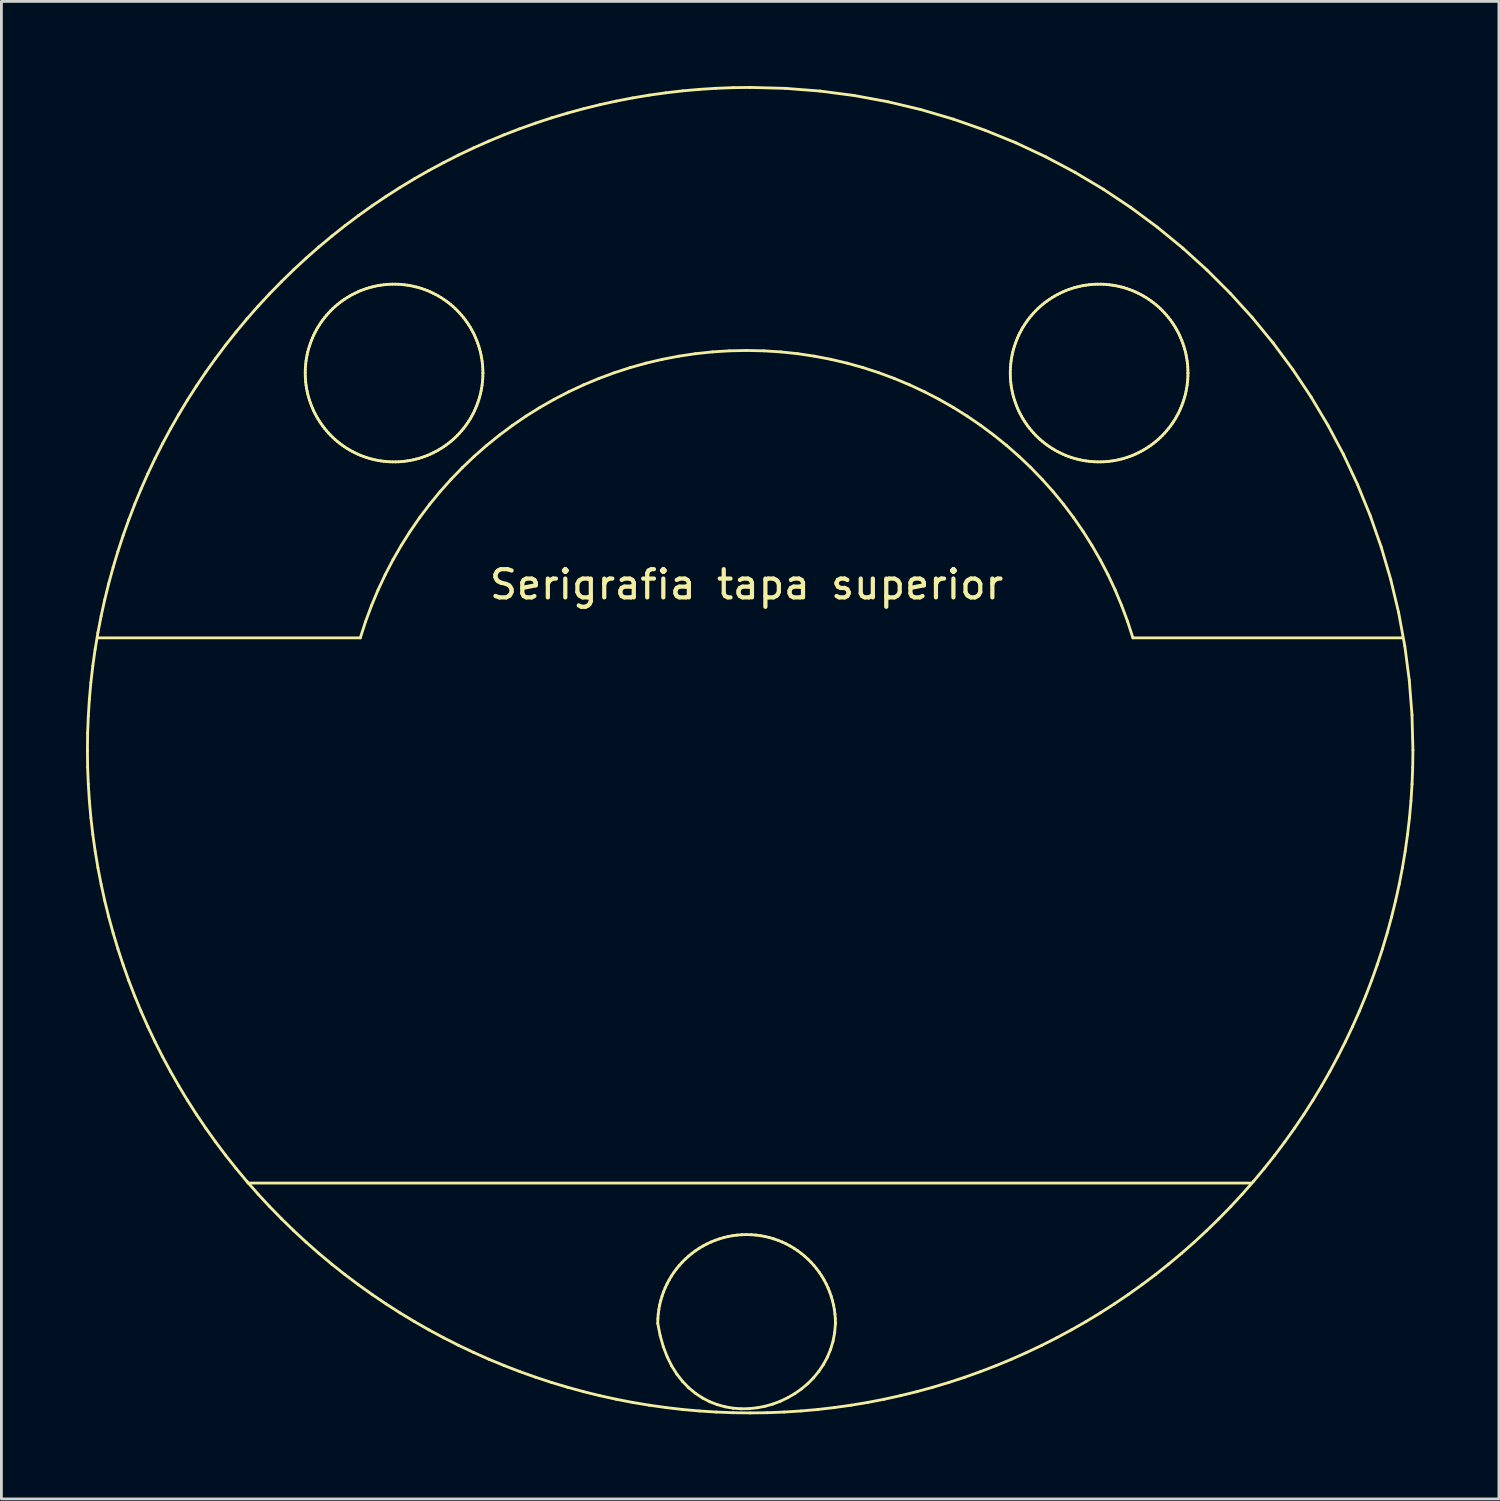
<source format=kicad_pcb>
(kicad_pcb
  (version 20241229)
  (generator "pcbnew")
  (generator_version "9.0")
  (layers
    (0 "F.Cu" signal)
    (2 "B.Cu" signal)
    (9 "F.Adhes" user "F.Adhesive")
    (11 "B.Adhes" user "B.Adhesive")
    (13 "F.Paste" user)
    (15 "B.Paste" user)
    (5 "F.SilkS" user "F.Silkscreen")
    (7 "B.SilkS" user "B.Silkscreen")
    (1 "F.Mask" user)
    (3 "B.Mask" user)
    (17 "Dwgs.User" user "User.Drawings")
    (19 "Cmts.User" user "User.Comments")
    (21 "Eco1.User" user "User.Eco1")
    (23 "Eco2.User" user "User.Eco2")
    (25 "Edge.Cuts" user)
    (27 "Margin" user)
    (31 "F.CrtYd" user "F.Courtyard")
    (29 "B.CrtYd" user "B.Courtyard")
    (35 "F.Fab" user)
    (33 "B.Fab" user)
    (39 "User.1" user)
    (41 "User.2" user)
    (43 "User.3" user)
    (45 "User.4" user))
  (footprint "Serigrafia tapa superior"
    (layer "F.Cu")
    (at 23.423 23.677)
    (property "Reference" "Serigrafia tapa superior" (at 0 -6 0) (layer "F.SilkS") (effects (font (size 1 1) (thickness 0.15))))
    (attr through_hole)
    (fp_line (start -23.373 -0.127) (end -23.366 0.475) (stroke (width 0.1) (type solid)) (layer "F.SilkS"))
    (fp_line (start -23.366 0.475) (end -23.342 1.076) (stroke (width 0.1) (type solid)) (layer "F.SilkS"))
    (fp_line (start -23.366 -0.729) (end -23.373 -0.127) (stroke (width 0.1) (type solid)) (layer "F.SilkS"))
    (fp_line (start -23.342 1.076) (end -23.304 1.674) (stroke (width 0.1) (type solid)) (layer "F.SilkS"))
    (fp_line (start -23.342 -1.33) (end -23.366 -0.729) (stroke (width 0.1) (type solid)) (layer "F.SilkS"))
    (fp_line (start -23.304 1.674) (end -23.251 2.27) (stroke (width 0.1) (type solid)) (layer "F.SilkS"))
    (fp_line (start -23.304 -1.928) (end -23.342 -1.33) (stroke (width 0.1) (type solid)) (layer "F.SilkS"))
    (fp_line (start -23.251 2.27) (end -23.182 2.863) (stroke (width 0.1) (type solid)) (layer "F.SilkS"))
    (fp_line (start -23.251 -2.524) (end -23.304 -1.928) (stroke (width 0.1) (type solid)) (layer "F.SilkS"))
    (fp_line (start -23.182 2.863) (end -23.099 3.454) (stroke (width 0.1) (type solid)) (layer "F.SilkS"))
    (fp_line (start -23.182 -3.118) (end -23.251 -2.524) (stroke (width 0.1) (type solid)) (layer "F.SilkS"))
    (fp_line (start -23.099 3.454) (end -23.001 4.041) (stroke (width 0.1) (type solid)) (layer "F.SilkS"))
    (fp_line (start -23.099 -3.708) (end -23.182 -3.118) (stroke (width 0.1) (type solid)) (layer "F.SilkS"))
    (fp_line (start -23.001 4.041) (end -22.888 4.625) (stroke (width 0.1) (type solid)) (layer "F.SilkS"))
    (fp_line (start -23.001 -4.295) (end -23.099 -3.708) (stroke (width 0.1) (type solid)) (layer "F.SilkS"))
    (fp_line (start -22.983 -4.11) (end -13.697 -4.11) (stroke (width 0.1) (type solid)) (layer "F.SilkS"))
    (fp_line (start -22.888 4.625) (end -22.761 5.205) (stroke (width 0.1) (type solid)) (layer "F.SilkS"))
    (fp_line (start -22.888 -4.879) (end -23.001 -4.295) (stroke (width 0.1) (type solid)) (layer "F.SilkS"))
    (fp_line (start -22.761 5.205) (end -22.619 5.781) (stroke (width 0.1) (type solid)) (layer "F.SilkS"))
    (fp_line (start -22.76 -5.459) (end -22.888 -4.879) (stroke (width 0.1) (type solid)) (layer "F.SilkS"))
    (fp_line (start -22.619 5.781) (end -22.462 6.353) (stroke (width 0.1) (type solid)) (layer "F.SilkS"))
    (fp_line (start -22.619 -6.035) (end -22.76 -5.459) (stroke (width 0.1) (type solid)) (layer "F.SilkS"))
    (fp_line (start -22.462 6.353) (end -22.292 6.92) (stroke (width 0.1) (type solid)) (layer "F.SilkS"))
    (fp_line (start -22.462 -6.607) (end -22.619 -6.035) (stroke (width 0.1) (type solid)) (layer "F.SilkS"))
    (fp_line (start -22.292 6.92) (end -22.107 7.482) (stroke (width 0.1) (type solid)) (layer "F.SilkS"))
    (fp_line (start -22.292 -7.174) (end -22.462 -6.607) (stroke (width 0.1) (type solid)) (layer "F.SilkS"))
    (fp_line (start -22.107 7.482) (end -21.909 8.04) (stroke (width 0.1) (type solid)) (layer "F.SilkS"))
    (fp_line (start -22.107 -7.737) (end -22.292 -7.174) (stroke (width 0.1) (type solid)) (layer "F.SilkS"))
    (fp_line (start -21.909 8.04) (end -21.696 8.592) (stroke (width 0.1) (type solid)) (layer "F.SilkS"))
    (fp_line (start -21.908 -8.294) (end -22.107 -7.737) (stroke (width 0.1) (type solid)) (layer "F.SilkS"))
    (fp_line (start -21.696 8.592) (end -21.47 9.139) (stroke (width 0.1) (type solid)) (layer "F.SilkS"))
    (fp_line (start -21.696 -8.846) (end -21.908 -8.294) (stroke (width 0.1) (type solid)) (layer "F.SilkS"))
    (fp_line (start -21.47 9.139) (end -21.229 9.68) (stroke (width 0.1) (type solid)) (layer "F.SilkS"))
    (fp_line (start -21.469 -9.393) (end -21.696 -8.846) (stroke (width 0.1) (type solid)) (layer "F.SilkS"))
    (fp_line (start -21.229 9.68) (end -20.976 10.214) (stroke (width 0.1) (type solid)) (layer "F.SilkS"))
    (fp_line (start -21.229 -9.934) (end -21.469 -9.393) (stroke (width 0.1) (type solid)) (layer "F.SilkS"))
    (fp_line (start -20.976 10.214) (end -20.709 10.743) (stroke (width 0.1) (type solid)) (layer "F.SilkS"))
    (fp_line (start -20.976 -10.468) (end -21.229 -9.934) (stroke (width 0.1) (type solid)) (layer "F.SilkS"))
    (fp_line (start -20.709 10.743) (end -20.428 11.264) (stroke (width 0.1) (type solid)) (layer "F.SilkS"))
    (fp_line (start -20.708 -10.997) (end -20.976 -10.468) (stroke (width 0.1) (type solid)) (layer "F.SilkS"))
    (fp_line (start -20.428 11.264) (end -20.134 11.779) (stroke (width 0.1) (type solid)) (layer "F.SilkS"))
    (fp_line (start -20.428 -11.518) (end -20.708 -10.997) (stroke (width 0.1) (type solid)) (layer "F.SilkS"))
    (fp_line (start -20.134 11.779) (end -19.827 12.287) (stroke (width 0.1) (type solid)) (layer "F.SilkS"))
    (fp_line (start -20.134 -12.033) (end -20.428 -11.518) (stroke (width 0.1) (type solid)) (layer "F.SilkS"))
    (fp_line (start -19.827 12.287) (end -19.507 12.787) (stroke (width 0.1) (type solid)) (layer "F.SilkS"))
    (fp_line (start -19.827 -12.541) (end -20.134 -12.033) (stroke (width 0.1) (type solid)) (layer "F.SilkS"))
    (fp_line (start -19.507 12.787) (end -19.174 13.28) (stroke (width 0.1) (type solid)) (layer "F.SilkS"))
    (fp_line (start -19.507 -13.041) (end -19.827 -12.541) (stroke (width 0.1) (type solid)) (layer "F.SilkS"))
    (fp_line (start -19.174 13.28) (end -18.828 13.764) (stroke (width 0.1) (type solid)) (layer "F.SilkS"))
    (fp_line (start -19.174 -13.534) (end -19.507 -13.041) (stroke (width 0.1) (type solid)) (layer "F.SilkS"))
    (fp_line (start -18.828 13.764) (end -18.47 14.241) (stroke (width 0.1) (type solid)) (layer "F.SilkS"))
    (fp_line (start -18.828 -14.018) (end -19.174 -13.534) (stroke (width 0.1) (type solid)) (layer "F.SilkS"))
    (fp_line (start -18.47 14.241) (end -18.099 14.709) (stroke (width 0.1) (type solid)) (layer "F.SilkS"))
    (fp_line (start -18.47 -14.495) (end -18.828 -14.018) (stroke (width 0.1) (type solid)) (layer "F.SilkS"))
    (fp_line (start -18.099 14.709) (end -17.715 15.168) (stroke (width 0.1) (type solid)) (layer "F.SilkS"))
    (fp_line (start -18.098 -14.963) (end -18.47 -14.495) (stroke (width 0.1) (type solid)) (layer "F.SilkS"))
    (fp_line (start -17.715 15.168) (end -17.319 15.618) (stroke (width 0.1) (type solid)) (layer "F.SilkS"))
    (fp_line (start -17.715 -15.422) (end -18.098 -14.963) (stroke (width 0.1) (type solid)) (layer "F.SilkS"))
    (fp_line (start -17.678 15.223) (end 17.887 15.223) (stroke (width 0.1) (type solid)) (layer "F.SilkS"))
    (fp_line (start -17.319 15.618) (end -16.911 16.059) (stroke (width 0.1) (type solid)) (layer "F.SilkS"))
    (fp_line (start -17.319 -15.872) (end -17.715 -15.422) (stroke (width 0.1) (type solid)) (layer "F.SilkS"))
    (fp_line (start -16.911 16.059) (end -16.49 16.49) (stroke (width 0.1) (type solid)) (layer "F.SilkS"))
    (fp_line (start -16.911 -16.313) (end -17.319 -15.872) (stroke (width 0.1) (type solid)) (layer "F.SilkS"))
    (fp_line (start -16.49 16.49) (end -16.059 16.911) (stroke (width 0.1) (type solid)) (layer "F.SilkS"))
    (fp_line (start -16.49 -16.744) (end -16.911 -16.313) (stroke (width 0.1) (type solid)) (layer "F.SilkS"))
    (fp_line (start -16.059 16.911) (end -15.618 17.319) (stroke (width 0.1) (type solid)) (layer "F.SilkS"))
    (fp_line (start -16.059 -17.165) (end -16.49 -16.744) (stroke (width 0.1) (type solid)) (layer "F.SilkS"))
    (fp_line (start -15.65 -13.5) (end -15.648 -13.391) (stroke (width 0.1) (type solid)) (layer "F.SilkS"))
    (fp_line (start -15.648 -13.609) (end -15.65 -13.5) (stroke (width 0.1) (type solid)) (layer "F.SilkS"))
    (fp_line (start -15.648 -13.391) (end -15.643 -13.283) (stroke (width 0.1) (type solid)) (layer "F.SilkS"))
    (fp_line (start -15.643 -13.717) (end -15.648 -13.609) (stroke (width 0.1) (type solid)) (layer "F.SilkS"))
    (fp_line (start -15.643 -13.283) (end -15.633 -13.176) (stroke (width 0.1) (type solid)) (layer "F.SilkS"))
    (fp_line (start -15.633 -13.824) (end -15.643 -13.717) (stroke (width 0.1) (type solid)) (layer "F.SilkS"))
    (fp_line (start -15.633 -13.176) (end -15.621 -13.069) (stroke (width 0.1) (type solid)) (layer "F.SilkS"))
    (fp_line (start -15.621 -13.931) (end -15.633 -13.824) (stroke (width 0.1) (type solid)) (layer "F.SilkS"))
    (fp_line (start -15.621 -13.069) (end -15.604 -12.964) (stroke (width 0.1) (type solid)) (layer "F.SilkS"))
    (fp_line (start -15.618 17.319) (end -15.168 17.715) (stroke (width 0.1) (type solid)) (layer "F.SilkS"))
    (fp_line (start -15.618 -17.573) (end -16.059 -17.165) (stroke (width 0.1) (type solid)) (layer "F.SilkS"))
    (fp_line (start -15.604 -14.036) (end -15.621 -13.931) (stroke (width 0.1) (type solid)) (layer "F.SilkS"))
    (fp_line (start -15.604 -12.964) (end -15.584 -12.859) (stroke (width 0.1) (type solid)) (layer "F.SilkS"))
    (fp_line (start -15.584 -14.141) (end -15.604 -14.036) (stroke (width 0.1) (type solid)) (layer "F.SilkS"))
    (fp_line (start -15.584 -12.859) (end -15.561 -12.755) (stroke (width 0.1) (type solid)) (layer "F.SilkS"))
    (fp_line (start -15.561 -14.245) (end -15.584 -14.141) (stroke (width 0.1) (type solid)) (layer "F.SilkS"))
    (fp_line (start -15.561 -12.755) (end -15.534 -12.652) (stroke (width 0.1) (type solid)) (layer "F.SilkS"))
    (fp_line (start -15.534 -14.348) (end -15.561 -14.245) (stroke (width 0.1) (type solid)) (layer "F.SilkS"))
    (fp_line (start -15.534 -12.652) (end -15.504 -12.551) (stroke (width 0.1) (type solid)) (layer "F.SilkS"))
    (fp_line (start -15.504 -14.449) (end -15.534 -14.348) (stroke (width 0.1) (type solid)) (layer "F.SilkS"))
    (fp_line (start -15.504 -12.551) (end -15.47 -12.451) (stroke (width 0.1) (type solid)) (layer "F.SilkS"))
    (fp_line (start -15.47 -14.549) (end -15.504 -14.449) (stroke (width 0.1) (type solid)) (layer "F.SilkS"))
    (fp_line (start -15.47 -12.451) (end -15.434 -12.352) (stroke (width 0.1) (type solid)) (layer "F.SilkS"))
    (fp_line (start -15.434 -14.648) (end -15.47 -14.549) (stroke (width 0.1) (type solid)) (layer "F.SilkS"))
    (fp_line (start -15.434 -12.352) (end -15.393 -12.254) (stroke (width 0.1) (type solid)) (layer "F.SilkS"))
    (fp_line (start -15.393 -14.746) (end -15.434 -14.648) (stroke (width 0.1) (type solid)) (layer "F.SilkS"))
    (fp_line (start -15.393 -12.254) (end -15.35 -12.158) (stroke (width 0.1) (type solid)) (layer "F.SilkS"))
    (fp_line (start -15.35 -14.842) (end -15.393 -14.746) (stroke (width 0.1) (type solid)) (layer "F.SilkS"))
    (fp_line (start -15.35 -12.158) (end -15.304 -12.063) (stroke (width 0.1) (type solid)) (layer "F.SilkS"))
    (fp_line (start -15.304 -14.937) (end -15.35 -14.842) (stroke (width 0.1) (type solid)) (layer "F.SilkS"))
    (fp_line (start -15.304 -12.063) (end -15.254 -11.97) (stroke (width 0.1) (type solid)) (layer "F.SilkS"))
    (fp_line (start -15.254 -15.03) (end -15.304 -14.937) (stroke (width 0.1) (type solid)) (layer "F.SilkS"))
    (fp_line (start -15.254 -11.97) (end -15.202 -11.879) (stroke (width 0.1) (type solid)) (layer "F.SilkS"))
    (fp_line (start -15.202 -15.121) (end -15.254 -15.03) (stroke (width 0.1) (type solid)) (layer "F.SilkS"))
    (fp_line (start -15.202 -11.879) (end -15.146 -11.79) (stroke (width 0.1) (type solid)) (layer "F.SilkS"))
    (fp_line (start -15.168 17.715) (end -14.709 18.099) (stroke (width 0.1) (type solid)) (layer "F.SilkS"))
    (fp_line (start -15.168 -17.969) (end -15.618 -17.573) (stroke (width 0.1) (type solid)) (layer "F.SilkS"))
    (fp_line (start -15.146 -15.21) (end -15.202 -15.121) (stroke (width 0.1) (type solid)) (layer "F.SilkS"))
    (fp_line (start -15.146 -11.79) (end -15.087 -11.702) (stroke (width 0.1) (type solid)) (layer "F.SilkS"))
    (fp_line (start -15.087 -15.298) (end -15.146 -15.21) (stroke (width 0.1) (type solid)) (layer "F.SilkS"))
    (fp_line (start -15.087 -11.702) (end -15.026 -11.617) (stroke (width 0.1) (type solid)) (layer "F.SilkS"))
    (fp_line (start -15.026 -15.383) (end -15.087 -15.298) (stroke (width 0.1) (type solid)) (layer "F.SilkS"))
    (fp_line (start -15.026 -11.617) (end -14.961 -11.533) (stroke (width 0.1) (type solid)) (layer "F.SilkS"))
    (fp_line (start -14.961 -15.467) (end -15.026 -15.383) (stroke (width 0.1) (type solid)) (layer "F.SilkS"))
    (fp_line (start -14.961 -11.533) (end -14.894 -11.452) (stroke (width 0.1) (type solid)) (layer "F.SilkS"))
    (fp_line (start -14.894 -15.548) (end -14.961 -15.467) (stroke (width 0.1) (type solid)) (layer "F.SilkS"))
    (fp_line (start -14.894 -11.452) (end -14.824 -11.373) (stroke (width 0.1) (type solid)) (layer "F.SilkS"))
    (fp_line (start -14.824 -15.627) (end -14.894 -15.548) (stroke (width 0.1) (type solid)) (layer "F.SilkS"))
    (fp_line (start -14.824 -11.373) (end -14.751 -11.296) (stroke (width 0.1) (type solid)) (layer "F.SilkS"))
    (fp_line (start -14.751 -15.704) (end -14.824 -15.627) (stroke (width 0.1) (type solid)) (layer "F.SilkS"))
    (fp_line (start -14.751 -11.296) (end -14.676 -11.221) (stroke (width 0.1) (type solid)) (layer "F.SilkS"))
    (fp_line (start -14.709 18.099) (end -14.241 18.47) (stroke (width 0.1) (type solid)) (layer "F.SilkS"))
    (fp_line (start -14.708 -18.353) (end -15.168 -17.969) (stroke (width 0.1) (type solid)) (layer "F.SilkS"))
    (fp_line (start -14.676 -15.779) (end -14.751 -15.704) (stroke (width 0.1) (type solid)) (layer "F.SilkS"))
    (fp_line (start -14.676 -11.221) (end -14.598 -11.149) (stroke (width 0.1) (type solid)) (layer "F.SilkS"))
    (fp_line (start -14.598 -15.851) (end -14.676 -15.779) (stroke (width 0.1) (type solid)) (layer "F.SilkS"))
    (fp_line (start -14.598 -11.149) (end -14.517 -11.079) (stroke (width 0.1) (type solid)) (layer "F.SilkS"))
    (fp_line (start -14.517 -15.921) (end -14.598 -15.851) (stroke (width 0.1) (type solid)) (layer "F.SilkS"))
    (fp_line (start -14.517 -11.079) (end -14.433 -11.012) (stroke (width 0.1) (type solid)) (layer "F.SilkS"))
    (fp_line (start -14.433 -15.988) (end -14.517 -15.921) (stroke (width 0.1) (type solid)) (layer "F.SilkS"))
    (fp_line (start -14.433 -11.012) (end -14.348 -10.948) (stroke (width 0.1) (type solid)) (layer "F.SilkS"))
    (fp_line (start -14.348 -16.052) (end -14.433 -15.988) (stroke (width 0.1) (type solid)) (layer "F.SilkS"))
    (fp_line (start -14.348 -10.948) (end -14.259 -10.886) (stroke (width 0.1) (type solid)) (layer "F.SilkS"))
    (fp_line (start -14.259 -16.114) (end -14.348 -16.052) (stroke (width 0.1) (type solid)) (layer "F.SilkS"))
    (fp_line (start -14.259 -10.886) (end -14.168 -10.827) (stroke (width 0.1) (type solid)) (layer "F.SilkS"))
    (fp_line (start -14.241 18.47) (end -13.764 18.828) (stroke (width 0.1) (type solid)) (layer "F.SilkS"))
    (fp_line (start -14.241 -18.724) (end -14.708 -18.353) (stroke (width 0.1) (type solid)) (layer "F.SilkS"))
    (fp_line (start -14.168 -16.173) (end -14.259 -16.114) (stroke (width 0.1) (type solid)) (layer "F.SilkS"))
    (fp_line (start -14.168 -10.827) (end -14.075 -10.771) (stroke (width 0.1) (type solid)) (layer "F.SilkS"))
    (fp_line (start -14.075 -16.229) (end -14.168 -16.173) (stroke (width 0.1) (type solid)) (layer "F.SilkS"))
    (fp_line (start -14.075 -10.771) (end -13.98 -10.719) (stroke (width 0.1) (type solid)) (layer "F.SilkS"))
    (fp_line (start -13.98 -16.281) (end -14.075 -16.229) (stroke (width 0.1) (type solid)) (layer "F.SilkS"))
    (fp_line (start -13.98 -10.719) (end -13.884 -10.669) (stroke (width 0.1) (type solid)) (layer "F.SilkS"))
    (fp_line (start -13.884 -16.331) (end -13.98 -16.281) (stroke (width 0.1) (type solid)) (layer "F.SilkS"))
    (fp_line (start -13.884 -10.669) (end -13.786 -10.624) (stroke (width 0.1) (type solid)) (layer "F.SilkS"))
    (fp_line (start -13.786 -16.376) (end -13.884 -16.331) (stroke (width 0.1) (type solid)) (layer "F.SilkS"))
    (fp_line (start -13.786 -10.624) (end -13.688 -10.581) (stroke (width 0.1) (type solid)) (layer "F.SilkS"))
    (fp_line (start -13.764 18.828) (end -13.28 19.174) (stroke (width 0.1) (type solid)) (layer "F.SilkS"))
    (fp_line (start -13.764 -19.082) (end -14.241 -18.724) (stroke (width 0.1) (type solid)) (layer "F.SilkS"))
    (fp_line (start -13.688 -16.419) (end -13.786 -16.376) (stroke (width 0.1) (type solid)) (layer "F.SilkS"))
    (fp_line (start -13.688 -10.581) (end -13.588 -10.543) (stroke (width 0.1) (type solid)) (layer "F.SilkS"))
    (fp_line (start -13.588 -16.457) (end -13.688 -16.419) (stroke (width 0.1) (type solid)) (layer "F.SilkS"))
    (fp_line (start -13.588 -10.543) (end -13.487 -10.508) (stroke (width 0.1) (type solid)) (layer "F.SilkS"))
    (fp_line (start -13.51 -4.689) (end -13.697 -4.11) (stroke (width 0.1) (type solid)) (layer "F.SilkS"))
    (fp_line (start -13.487 -16.492) (end -13.588 -16.457) (stroke (width 0.1) (type solid)) (layer "F.SilkS"))
    (fp_line (start -13.487 -10.508) (end -13.386 -10.476) (stroke (width 0.1) (type solid)) (layer "F.SilkS"))
    (fp_line (start -13.386 -16.524) (end -13.487 -16.492) (stroke (width 0.1) (type solid)) (layer "F.SilkS"))
    (fp_line (start -13.386 -10.476) (end -13.283 -10.448) (stroke (width 0.1) (type solid)) (layer "F.SilkS"))
    (fp_line (start -13.299 -5.256) (end -13.51 -4.689) (stroke (width 0.1) (type solid)) (layer "F.SilkS"))
    (fp_line (start -13.283 -16.552) (end -13.386 -16.524) (stroke (width 0.1) (type solid)) (layer "F.SilkS"))
    (fp_line (start -13.283 -10.448) (end -13.18 -10.423) (stroke (width 0.1) (type solid)) (layer "F.SilkS"))
    (fp_line (start -13.28 19.174) (end -12.787 19.507) (stroke (width 0.1) (type solid)) (layer "F.SilkS"))
    (fp_line (start -13.28 -19.428) (end -13.764 -19.082) (stroke (width 0.1) (type solid)) (layer "F.SilkS"))
    (fp_line (start -13.18 -16.577) (end -13.283 -16.552) (stroke (width 0.1) (type solid)) (layer "F.SilkS"))
    (fp_line (start -13.18 -10.423) (end -13.077 -10.402) (stroke (width 0.1) (type solid)) (layer "F.SilkS"))
    (fp_line (start -13.077 -16.598) (end -13.18 -16.577) (stroke (width 0.1) (type solid)) (layer "F.SilkS"))
    (fp_line (start -13.077 -10.402) (end -12.972 -10.385) (stroke (width 0.1) (type solid)) (layer "F.SilkS"))
    (fp_line (start -13.067 -5.81) (end -13.299 -5.256) (stroke (width 0.1) (type solid)) (layer "F.SilkS"))
    (fp_line (start -12.972 -16.615) (end -13.077 -16.598) (stroke (width 0.1) (type solid)) (layer "F.SilkS"))
    (fp_line (start -12.972 -10.385) (end -12.868 -10.371) (stroke (width 0.1) (type solid)) (layer "F.SilkS"))
    (fp_line (start -12.868 -16.629) (end -12.972 -16.615) (stroke (width 0.1) (type solid)) (layer "F.SilkS"))
    (fp_line (start -12.868 -10.371) (end -12.763 -10.36) (stroke (width 0.1) (type solid)) (layer "F.SilkS"))
    (fp_line (start -12.813 -6.351) (end -13.067 -5.81) (stroke (width 0.1) (type solid)) (layer "F.SilkS"))
    (fp_line (start -12.787 19.507) (end -12.287 19.827) (stroke (width 0.1) (type solid)) (layer "F.SilkS"))
    (fp_line (start -12.787 -19.761) (end -13.28 -19.428) (stroke (width 0.1) (type solid)) (layer "F.SilkS"))
    (fp_line (start -12.763 -16.64) (end -12.868 -16.629) (stroke (width 0.1) (type solid)) (layer "F.SilkS"))
    (fp_line (start -12.763 -10.36) (end -12.658 -10.353) (stroke (width 0.1) (type solid)) (layer "F.SilkS"))
    (fp_line (start -12.658 -16.647) (end -12.763 -16.64) (stroke (width 0.1) (type solid)) (layer "F.SilkS"))
    (fp_line (start -12.658 -10.353) (end -12.553 -10.35) (stroke (width 0.1) (type solid)) (layer "F.SilkS"))
    (fp_line (start -12.553 -16.65) (end -12.658 -16.647) (stroke (width 0.1) (type solid)) (layer "F.SilkS"))
    (fp_line (start -12.553 -10.35) (end -12.447 -10.35) (stroke (width 0.1) (type solid)) (layer "F.SilkS"))
    (fp_line (start -12.538 -6.878) (end -12.813 -6.351) (stroke (width 0.1) (type solid)) (layer "F.SilkS"))
    (fp_line (start -12.447 -16.65) (end -12.553 -16.65) (stroke (width 0.1) (type solid)) (layer "F.SilkS"))
    (fp_line (start -12.447 -10.35) (end -12.342 -10.353) (stroke (width 0.1) (type solid)) (layer "F.SilkS"))
    (fp_line (start -12.342 -16.647) (end -12.447 -16.65) (stroke (width 0.1) (type solid)) (layer "F.SilkS"))
    (fp_line (start -12.342 -10.353) (end -12.237 -10.36) (stroke (width 0.1) (type solid)) (layer "F.SilkS"))
    (fp_line (start -12.287 19.827) (end -11.779 20.134) (stroke (width 0.1) (type solid)) (layer "F.SilkS"))
    (fp_line (start -12.287 -20.081) (end -12.787 -19.761) (stroke (width 0.1) (type solid)) (layer "F.SilkS"))
    (fp_line (start -12.243 -7.391) (end -12.538 -6.878) (stroke (width 0.1) (type solid)) (layer "F.SilkS"))
    (fp_line (start -12.237 -16.64) (end -12.342 -16.647) (stroke (width 0.1) (type solid)) (layer "F.SilkS"))
    (fp_line (start -12.237 -10.36) (end -12.132 -10.371) (stroke (width 0.1) (type solid)) (layer "F.SilkS"))
    (fp_line (start -12.132 -16.629) (end -12.237 -16.64) (stroke (width 0.1) (type solid)) (layer "F.SilkS"))
    (fp_line (start -12.132 -10.371) (end -12.028 -10.385) (stroke (width 0.1) (type solid)) (layer "F.SilkS"))
    (fp_line (start -12.028 -16.615) (end -12.132 -16.629) (stroke (width 0.1) (type solid)) (layer "F.SilkS"))
    (fp_line (start -12.028 -10.385) (end -11.923 -10.402) (stroke (width 0.1) (type solid)) (layer "F.SilkS"))
    (fp_line (start -11.928 -7.889) (end -12.243 -7.391) (stroke (width 0.1) (type solid)) (layer "F.SilkS"))
    (fp_line (start -11.923 -16.598) (end -12.028 -16.615) (stroke (width 0.1) (type solid)) (layer "F.SilkS"))
    (fp_line (start -11.923 -10.402) (end -11.82 -10.423) (stroke (width 0.1) (type solid)) (layer "F.SilkS"))
    (fp_line (start -11.82 -16.577) (end -11.923 -16.598) (stroke (width 0.1) (type solid)) (layer "F.SilkS"))
    (fp_line (start -11.82 -10.423) (end -11.717 -10.448) (stroke (width 0.1) (type solid)) (layer "F.SilkS"))
    (fp_line (start -11.779 20.134) (end -11.264 20.428) (stroke (width 0.1) (type solid)) (layer "F.SilkS"))
    (fp_line (start -11.779 -20.388) (end -12.287 -20.081) (stroke (width 0.1) (type solid)) (layer "F.SilkS"))
    (fp_line (start -11.717 -16.552) (end -11.82 -16.577) (stroke (width 0.1) (type solid)) (layer "F.SilkS"))
    (fp_line (start -11.717 -10.448) (end -11.614 -10.476) (stroke (width 0.1) (type solid)) (layer "F.SilkS"))
    (fp_line (start -11.614 -16.524) (end -11.717 -16.552) (stroke (width 0.1) (type solid)) (layer "F.SilkS"))
    (fp_line (start -11.614 -10.476) (end -11.513 -10.508) (stroke (width 0.1) (type solid)) (layer "F.SilkS"))
    (fp_line (start -11.594 -8.373) (end -11.928 -7.889) (stroke (width 0.1) (type solid)) (layer "F.SilkS"))
    (fp_line (start -11.513 -16.492) (end -11.614 -16.524) (stroke (width 0.1) (type solid)) (layer "F.SilkS"))
    (fp_line (start -11.513 -10.508) (end -11.412 -10.543) (stroke (width 0.1) (type solid)) (layer "F.SilkS"))
    (fp_line (start -11.412 -16.457) (end -11.513 -16.492) (stroke (width 0.1) (type solid)) (layer "F.SilkS"))
    (fp_line (start -11.412 -10.543) (end -11.312 -10.581) (stroke (width 0.1) (type solid)) (layer "F.SilkS"))
    (fp_line (start -11.312 -16.419) (end -11.412 -16.457) (stroke (width 0.1) (type solid)) (layer "F.SilkS"))
    (fp_line (start -11.312 -10.581) (end -11.214 -10.624) (stroke (width 0.1) (type solid)) (layer "F.SilkS"))
    (fp_line (start -11.264 20.428) (end -10.743 20.708) (stroke (width 0.1) (type solid)) (layer "F.SilkS"))
    (fp_line (start -11.264 -20.682) (end -11.779 -20.388) (stroke (width 0.1) (type solid)) (layer "F.SilkS"))
    (fp_line (start -11.241 -8.841) (end -11.594 -8.373) (stroke (width 0.1) (type solid)) (layer "F.SilkS"))
    (fp_line (start -11.214 -16.376) (end -11.312 -16.419) (stroke (width 0.1) (type solid)) (layer "F.SilkS"))
    (fp_line (start -11.214 -10.624) (end -11.116 -10.669) (stroke (width 0.1) (type solid)) (layer "F.SilkS"))
    (fp_line (start -11.116 -16.331) (end -11.214 -16.376) (stroke (width 0.1) (type solid)) (layer "F.SilkS"))
    (fp_line (start -11.116 -10.669) (end -11.02 -10.719) (stroke (width 0.1) (type solid)) (layer "F.SilkS"))
    (fp_line (start -11.02 -16.281) (end -11.116 -16.331) (stroke (width 0.1) (type solid)) (layer "F.SilkS"))
    (fp_line (start -11.02 -10.719) (end -10.925 -10.771) (stroke (width 0.1) (type solid)) (layer "F.SilkS"))
    (fp_line (start -10.925 -16.229) (end -11.02 -16.281) (stroke (width 0.1) (type solid)) (layer "F.SilkS"))
    (fp_line (start -10.925 -10.771) (end -10.832 -10.827) (stroke (width 0.1) (type solid)) (layer "F.SilkS"))
    (fp_line (start -10.87 -9.293) (end -11.241 -8.841) (stroke (width 0.1) (type solid)) (layer "F.SilkS"))
    (fp_line (start -10.832 -16.173) (end -10.925 -16.229) (stroke (width 0.1) (type solid)) (layer "F.SilkS"))
    (fp_line (start -10.832 -10.827) (end -10.741 -10.886) (stroke (width 0.1) (type solid)) (layer "F.SilkS"))
    (fp_line (start -10.743 20.708) (end -10.214 20.976) (stroke (width 0.1) (type solid)) (layer "F.SilkS"))
    (fp_line (start -10.742 -20.962) (end -11.264 -20.682) (stroke (width 0.1) (type solid)) (layer "F.SilkS"))
    (fp_line (start -10.741 -16.114) (end -10.832 -16.173) (stroke (width 0.1) (type solid)) (layer "F.SilkS"))
    (fp_line (start -10.741 -10.886) (end -10.652 -10.948) (stroke (width 0.1) (type solid)) (layer "F.SilkS"))
    (fp_line (start -10.652 -16.052) (end -10.741 -16.114) (stroke (width 0.1) (type solid)) (layer "F.SilkS"))
    (fp_line (start -10.652 -10.948) (end -10.567 -11.012) (stroke (width 0.1) (type solid)) (layer "F.SilkS"))
    (fp_line (start -10.567 -15.988) (end -10.652 -16.052) (stroke (width 0.1) (type solid)) (layer "F.SilkS"))
    (fp_line (start -10.567 -11.012) (end -10.483 -11.079) (stroke (width 0.1) (type solid)) (layer "F.SilkS"))
    (fp_line (start -10.483 -15.921) (end -10.567 -15.988) (stroke (width 0.1) (type solid)) (layer "F.SilkS"))
    (fp_line (start -10.483 -11.079) (end -10.402 -11.149) (stroke (width 0.1) (type solid)) (layer "F.SilkS"))
    (fp_line (start -10.482 -9.728) (end -10.87 -9.293) (stroke (width 0.1) (type solid)) (layer "F.SilkS"))
    (fp_line (start -10.402 -15.851) (end -10.483 -15.921) (stroke (width 0.1) (type solid)) (layer "F.SilkS"))
    (fp_line (start -10.402 -11.149) (end -10.324 -11.221) (stroke (width 0.1) (type solid)) (layer "F.SilkS"))
    (fp_line (start -10.324 -15.779) (end -10.402 -15.851) (stroke (width 0.1) (type solid)) (layer "F.SilkS"))
    (fp_line (start -10.324 -11.221) (end -10.249 -11.296) (stroke (width 0.1) (type solid)) (layer "F.SilkS"))
    (fp_line (start -10.249 -15.704) (end -10.324 -15.779) (stroke (width 0.1) (type solid)) (layer "F.SilkS"))
    (fp_line (start -10.249 -11.296) (end -10.176 -11.373) (stroke (width 0.1) (type solid)) (layer "F.SilkS"))
    (fp_line (start -10.214 20.976) (end -9.68 21.229) (stroke (width 0.1) (type solid)) (layer "F.SilkS"))
    (fp_line (start -10.214 -21.23) (end -10.742 -20.962) (stroke (width 0.1) (type solid)) (layer "F.SilkS"))
    (fp_line (start -10.176 -15.627) (end -10.249 -15.704) (stroke (width 0.1) (type solid)) (layer "F.SilkS"))
    (fp_line (start -10.176 -11.373) (end -10.106 -11.452) (stroke (width 0.1) (type solid)) (layer "F.SilkS"))
    (fp_line (start -10.106 -15.548) (end -10.176 -15.627) (stroke (width 0.1) (type solid)) (layer "F.SilkS"))
    (fp_line (start -10.106 -11.452) (end -10.039 -11.533) (stroke (width 0.1) (type solid)) (layer "F.SilkS"))
    (fp_line (start -10.077 -10.147) (end -10.482 -9.728) (stroke (width 0.1) (type solid)) (layer "F.SilkS"))
    (fp_line (start -10.039 -15.467) (end -10.106 -15.548) (stroke (width 0.1) (type solid)) (layer "F.SilkS"))
    (fp_line (start -10.039 -11.533) (end -9.974 -11.617) (stroke (width 0.1) (type solid)) (layer "F.SilkS"))
    (fp_line (start -9.974 -15.383) (end -10.039 -15.467) (stroke (width 0.1) (type solid)) (layer "F.SilkS"))
    (fp_line (start -9.974 -11.617) (end -9.913 -11.702) (stroke (width 0.1) (type solid)) (layer "F.SilkS"))
    (fp_line (start -9.913 -15.298) (end -9.974 -15.383) (stroke (width 0.1) (type solid)) (layer "F.SilkS"))
    (fp_line (start -9.913 -11.702) (end -9.854 -11.79) (stroke (width 0.1) (type solid)) (layer "F.SilkS"))
    (fp_line (start -9.854 -15.21) (end -9.913 -15.298) (stroke (width 0.1) (type solid)) (layer "F.SilkS"))
    (fp_line (start -9.854 -11.79) (end -9.798 -11.879) (stroke (width 0.1) (type solid)) (layer "F.SilkS"))
    (fp_line (start -9.798 -15.121) (end -9.854 -15.21) (stroke (width 0.1) (type solid)) (layer "F.SilkS"))
    (fp_line (start -9.798 -11.879) (end -9.746 -11.97) (stroke (width 0.1) (type solid)) (layer "F.SilkS"))
    (fp_line (start -9.746 -15.03) (end -9.798 -15.121) (stroke (width 0.1) (type solid)) (layer "F.SilkS"))
    (fp_line (start -9.746 -11.97) (end -9.696 -12.063) (stroke (width 0.1) (type solid)) (layer "F.SilkS"))
    (fp_line (start -9.696 -14.937) (end -9.746 -15.03) (stroke (width 0.1) (type solid)) (layer "F.SilkS"))
    (fp_line (start -9.696 -12.063) (end -9.65 -12.158) (stroke (width 0.1) (type solid)) (layer "F.SilkS"))
    (fp_line (start -9.68 21.229) (end -9.139 21.47) (stroke (width 0.1) (type solid)) (layer "F.SilkS"))
    (fp_line (start -9.679 -21.483) (end -10.214 -21.23) (stroke (width 0.1) (type solid)) (layer "F.SilkS"))
    (fp_line (start -9.656 -10.548) (end -10.077 -10.147) (stroke (width 0.1) (type solid)) (layer "F.SilkS"))
    (fp_line (start -9.65 -14.842) (end -9.696 -14.937) (stroke (width 0.1) (type solid)) (layer "F.SilkS"))
    (fp_line (start -9.65 -12.158) (end -9.607 -12.254) (stroke (width 0.1) (type solid)) (layer "F.SilkS"))
    (fp_line (start -9.607 -14.746) (end -9.65 -14.842) (stroke (width 0.1) (type solid)) (layer "F.SilkS"))
    (fp_line (start -9.607 -12.254) (end -9.566 -12.352) (stroke (width 0.1) (type solid)) (layer "F.SilkS"))
    (fp_line (start -9.566 -14.648) (end -9.607 -14.746) (stroke (width 0.1) (type solid)) (layer "F.SilkS"))
    (fp_line (start -9.566 -12.352) (end -9.53 -12.451) (stroke (width 0.1) (type solid)) (layer "F.SilkS"))
    (fp_line (start -9.53 -14.549) (end -9.566 -14.648) (stroke (width 0.1) (type solid)) (layer "F.SilkS"))
    (fp_line (start -9.53 -12.451) (end -9.496 -12.551) (stroke (width 0.1) (type solid)) (layer "F.SilkS"))
    (fp_line (start -9.496 -14.449) (end -9.53 -14.549) (stroke (width 0.1) (type solid)) (layer "F.SilkS"))
    (fp_line (start -9.496 -12.551) (end -9.466 -12.652) (stroke (width 0.1) (type solid)) (layer "F.SilkS"))
    (fp_line (start -9.466 -14.348) (end -9.496 -14.449) (stroke (width 0.1) (type solid)) (layer "F.SilkS"))
    (fp_line (start -9.466 -12.652) (end -9.439 -12.755) (stroke (width 0.1) (type solid)) (layer "F.SilkS"))
    (fp_line (start -9.439 -14.245) (end -9.466 -14.348) (stroke (width 0.1) (type solid)) (layer "F.SilkS"))
    (fp_line (start -9.439 -12.755) (end -9.416 -12.859) (stroke (width 0.1) (type solid)) (layer "F.SilkS"))
    (fp_line (start -9.416 -14.141) (end -9.439 -14.245) (stroke (width 0.1) (type solid)) (layer "F.SilkS"))
    (fp_line (start -9.416 -12.859) (end -9.396 -12.964) (stroke (width 0.1) (type solid)) (layer "F.SilkS"))
    (fp_line (start -9.396 -14.036) (end -9.416 -14.141) (stroke (width 0.1) (type solid)) (layer "F.SilkS"))
    (fp_line (start -9.396 -12.964) (end -9.379 -13.069) (stroke (width 0.1) (type solid)) (layer "F.SilkS"))
    (fp_line (start -9.379 -13.931) (end -9.396 -14.036) (stroke (width 0.1) (type solid)) (layer "F.SilkS"))
    (fp_line (start -9.379 -13.069) (end -9.367 -13.176) (stroke (width 0.1) (type solid)) (layer "F.SilkS"))
    (fp_line (start -9.367 -13.824) (end -9.379 -13.931) (stroke (width 0.1) (type solid)) (layer "F.SilkS"))
    (fp_line (start -9.367 -13.176) (end -9.357 -13.283) (stroke (width 0.1) (type solid)) (layer "F.SilkS"))
    (fp_line (start -9.357 -13.717) (end -9.367 -13.824) (stroke (width 0.1) (type solid)) (layer "F.SilkS"))
    (fp_line (start -9.357 -13.283) (end -9.352 -13.391) (stroke (width 0.1) (type solid)) (layer "F.SilkS"))
    (fp_line (start -9.352 -13.609) (end -9.357 -13.717) (stroke (width 0.1) (type solid)) (layer "F.SilkS"))
    (fp_line (start -9.352 -13.391) (end -9.35 -13.5) (stroke (width 0.1) (type solid)) (layer "F.SilkS"))
    (fp_line (start -9.35 -13.5) (end -9.352 -13.609) (stroke (width 0.1) (type solid)) (layer "F.SilkS"))
    (fp_line (start -9.35 -13.5) (end -9.35 -13.5) (stroke (width 0.1) (type solid)) (layer "F.SilkS"))
    (fp_line (start -9.219 -10.932) (end -9.656 -10.548) (stroke (width 0.1) (type solid)) (layer "F.SilkS"))
    (fp_line (start -9.139 21.47) (end -8.592 21.696) (stroke (width 0.1) (type solid)) (layer "F.SilkS"))
    (fp_line (start -9.139 -21.723) (end -9.679 -21.483) (stroke (width 0.1) (type solid)) (layer "F.SilkS"))
    (fp_line (start -8.767 -11.297) (end -9.219 -10.932) (stroke (width 0.1) (type solid)) (layer "F.SilkS"))
    (fp_line (start -8.592 21.696) (end -8.04 21.909) (stroke (width 0.1) (type solid)) (layer "F.SilkS"))
    (fp_line (start -8.592 -21.95) (end -9.139 -21.723) (stroke (width 0.1) (type solid)) (layer "F.SilkS"))
    (fp_line (start -8.301 -11.644) (end -8.767 -11.297) (stroke (width 0.1) (type solid)) (layer "F.SilkS"))
    (fp_line (start -8.04 21.909) (end -7.482 22.107) (stroke (width 0.1) (type solid)) (layer "F.SilkS"))
    (fp_line (start -8.04 -22.162) (end -8.592 -21.95) (stroke (width 0.1) (type solid)) (layer "F.SilkS"))
    (fp_line (start -7.821 -11.972) (end -8.301 -11.644) (stroke (width 0.1) (type solid)) (layer "F.SilkS"))
    (fp_line (start -7.482 22.107) (end -6.92 22.292) (stroke (width 0.1) (type solid)) (layer "F.SilkS"))
    (fp_line (start -7.482 -22.361) (end -8.04 -22.162) (stroke (width 0.1) (type solid)) (layer "F.SilkS"))
    (fp_line (start -7.328 -12.28) (end -7.821 -11.972) (stroke (width 0.1) (type solid)) (layer "F.SilkS"))
    (fp_line (start -6.92 22.292) (end -6.353 22.462) (stroke (width 0.1) (type solid)) (layer "F.SilkS"))
    (fp_line (start -6.92 -22.546) (end -7.482 -22.361) (stroke (width 0.1) (type solid)) (layer "F.SilkS"))
    (fp_line (start -6.823 -12.568) (end -7.328 -12.28) (stroke (width 0.1) (type solid)) (layer "F.SilkS"))
    (fp_line (start -6.353 22.462) (end -5.781 22.619) (stroke (width 0.1) (type solid)) (layer "F.SilkS"))
    (fp_line (start -6.352 -22.716) (end -6.92 -22.546) (stroke (width 0.1) (type solid)) (layer "F.SilkS"))
    (fp_line (start -6.306 -12.835) (end -6.823 -12.568) (stroke (width 0.1) (type solid)) (layer "F.SilkS"))
    (fp_line (start -5.781 22.619) (end -5.205 22.761) (stroke (width 0.1) (type solid)) (layer "F.SilkS"))
    (fp_line (start -5.781 -22.872) (end -6.352 -22.716) (stroke (width 0.1) (type solid)) (layer "F.SilkS"))
    (fp_line (start -5.777 -13.082) (end -6.306 -12.835) (stroke (width 0.1) (type solid)) (layer "F.SilkS"))
    (fp_line (start -5.237 -13.307) (end -5.777 -13.082) (stroke (width 0.1) (type solid)) (layer "F.SilkS"))
    (fp_line (start -5.205 22.761) (end -4.625 22.888) (stroke (width 0.1) (type solid)) (layer "F.SilkS"))
    (fp_line (start -5.205 -23.014) (end -5.781 -22.872) (stroke (width 0.1) (type solid)) (layer "F.SilkS"))
    (fp_line (start -4.688 -13.511) (end -5.237 -13.307) (stroke (width 0.1) (type solid)) (layer "F.SilkS"))
    (fp_line (start -4.625 22.888) (end -4.041 23.001) (stroke (width 0.1) (type solid)) (layer "F.SilkS"))
    (fp_line (start -4.625 -23.142) (end -5.205 -23.014) (stroke (width 0.1) (type solid)) (layer "F.SilkS"))
    (fp_line (start -4.129 -13.692) (end -4.688 -13.511) (stroke (width 0.1) (type solid)) (layer "F.SilkS"))
    (fp_line (start -4.041 23.001) (end -3.454 23.099) (stroke (width 0.1) (type solid)) (layer "F.SilkS"))
    (fp_line (start -4.041 -23.255) (end -4.625 -23.142) (stroke (width 0.1) (type solid)) (layer "F.SilkS"))
    (fp_line (start -3.561 -13.851) (end -4.129 -13.692) (stroke (width 0.1) (type solid)) (layer "F.SilkS"))
    (fp_line (start -3.454 23.099) (end -2.863 23.182) (stroke (width 0.1) (type solid)) (layer "F.SilkS"))
    (fp_line (start -3.454 -23.353) (end -4.041 -23.255) (stroke (width 0.1) (type solid)) (layer "F.SilkS"))
    (fp_line (start -3.15 20.2) (end -3.065 20.63) (stroke (width 0.1) (type solid)) (layer "F.SilkS"))
    (fp_line (start -3.146 20.033) (end -3.15 20.2) (stroke (width 0.1) (type solid)) (layer "F.SilkS"))
    (fp_line (start -3.133 19.868) (end -3.146 20.033) (stroke (width 0.1) (type solid)) (layer "F.SilkS"))
    (fp_line (start -3.111 19.705) (end -3.133 19.868) (stroke (width 0.1) (type solid)) (layer "F.SilkS"))
    (fp_line (start -3.082 19.545) (end -3.111 19.705) (stroke (width 0.1) (type solid)) (layer "F.SilkS"))
    (fp_line (start -3.065 20.63) (end -2.953 21.025) (stroke (width 0.1) (type solid)) (layer "F.SilkS"))
    (fp_line (start -3.044 19.388) (end -3.082 19.545) (stroke (width 0.1) (type solid)) (layer "F.SilkS"))
    (fp_line (start -2.999 19.235) (end -3.044 19.388) (stroke (width 0.1) (type solid)) (layer "F.SilkS"))
    (fp_line (start -2.985 -13.986) (end -3.561 -13.851) (stroke (width 0.1) (type solid)) (layer "F.SilkS"))
    (fp_line (start -2.953 21.025) (end -2.815 21.384) (stroke (width 0.1) (type solid)) (layer "F.SilkS"))
    (fp_line (start -2.947 19.084) (end -2.999 19.235) (stroke (width 0.1) (type solid)) (layer "F.SilkS"))
    (fp_line (start -2.887 18.938) (end -2.947 19.084) (stroke (width 0.1) (type solid)) (layer "F.SilkS"))
    (fp_line (start -2.863 23.182) (end -2.27 23.251) (stroke (width 0.1) (type solid)) (layer "F.SilkS"))
    (fp_line (start -2.863 -23.436) (end -3.454 -23.353) (stroke (width 0.1) (type solid)) (layer "F.SilkS"))
    (fp_line (start -2.82 18.795) (end -2.887 18.938) (stroke (width 0.1) (type solid)) (layer "F.SilkS"))
    (fp_line (start -2.815 21.384) (end -2.654 21.709) (stroke (width 0.1) (type solid)) (layer "F.SilkS"))
    (fp_line (start -2.746 18.656) (end -2.82 18.795) (stroke (width 0.1) (type solid)) (layer "F.SilkS"))
    (fp_line (start -2.666 18.521) (end -2.746 18.656) (stroke (width 0.1) (type solid)) (layer "F.SilkS"))
    (fp_line (start -2.654 21.709) (end -2.471 22) (stroke (width 0.1) (type solid)) (layer "F.SilkS"))
    (fp_line (start -2.579 18.39) (end -2.666 18.521) (stroke (width 0.1) (type solid)) (layer "F.SilkS"))
    (fp_line (start -2.486 18.265) (end -2.579 18.39) (stroke (width 0.1) (type solid)) (layer "F.SilkS"))
    (fp_line (start -2.471 22) (end -2.269 22.258) (stroke (width 0.1) (type solid)) (layer "F.SilkS"))
    (fp_line (start -2.401 -14.098) (end -2.985 -13.986) (stroke (width 0.1) (type solid)) (layer "F.SilkS"))
    (fp_line (start -2.387 18.144) (end -2.486 18.265) (stroke (width 0.1) (type solid)) (layer "F.SilkS"))
    (fp_line (start -2.282 18.028) (end -2.387 18.144) (stroke (width 0.1) (type solid)) (layer "F.SilkS"))
    (fp_line (start -2.27 23.251) (end -1.674 23.304) (stroke (width 0.1) (type solid)) (layer "F.SilkS"))
    (fp_line (start -2.27 -23.505) (end -2.863 -23.436) (stroke (width 0.1) (type solid)) (layer "F.SilkS"))
    (fp_line (start -2.269 22.258) (end -2.049 22.484) (stroke (width 0.1) (type solid)) (layer "F.SilkS"))
    (fp_line (start -2.172 17.918) (end -2.282 18.028) (stroke (width 0.1) (type solid)) (layer "F.SilkS"))
    (fp_line (start -2.056 17.813) (end -2.172 17.918) (stroke (width 0.1) (type solid)) (layer "F.SilkS"))
    (fp_line (start -2.049 22.484) (end -1.814 22.678) (stroke (width 0.1) (type solid)) (layer "F.SilkS"))
    (fp_line (start -1.935 17.714) (end -2.056 17.813) (stroke (width 0.1) (type solid)) (layer "F.SilkS"))
    (fp_line (start -1.814 22.678) (end -1.565 22.842) (stroke (width 0.1) (type solid)) (layer "F.SilkS"))
    (fp_line (start -1.81 -14.186) (end -2.401 -14.098) (stroke (width 0.1) (type solid)) (layer "F.SilkS"))
    (fp_line (start -1.81 17.621) (end -1.935 17.714) (stroke (width 0.1) (type solid)) (layer "F.SilkS"))
    (fp_line (start -1.679 17.534) (end -1.81 17.621) (stroke (width 0.1) (type solid)) (layer "F.SilkS"))
    (fp_line (start -1.674 23.304) (end -1.076 23.342) (stroke (width 0.1) (type solid)) (layer "F.SilkS"))
    (fp_line (start -1.674 -23.558) (end -2.27 -23.505) (stroke (width 0.1) (type solid)) (layer "F.SilkS"))
    (fp_line (start -1.565 22.842) (end -1.306 22.976) (stroke (width 0.1) (type solid)) (layer "F.SilkS"))
    (fp_line (start -1.544 17.454) (end -1.679 17.534) (stroke (width 0.1) (type solid)) (layer "F.SilkS"))
    (fp_line (start -1.405 17.38) (end -1.544 17.454) (stroke (width 0.1) (type solid)) (layer "F.SilkS"))
    (fp_line (start -1.306 22.976) (end -1.037 23.08) (stroke (width 0.1) (type solid)) (layer "F.SilkS"))
    (fp_line (start -1.262 17.313) (end -1.405 17.38) (stroke (width 0.1) (type solid)) (layer "F.SilkS"))
    (fp_line (start -1.212 -14.249) (end -1.81 -14.186) (stroke (width 0.1) (type solid)) (layer "F.SilkS"))
    (fp_line (start -1.116 17.253) (end -1.262 17.313) (stroke (width 0.1) (type solid)) (layer "F.SilkS"))
    (fp_line (start -1.076 23.342) (end -0.475 23.366) (stroke (width 0.1) (type solid)) (layer "F.SilkS"))
    (fp_line (start -1.076 -23.596) (end -1.674 -23.558) (stroke (width 0.1) (type solid)) (layer "F.SilkS"))
    (fp_line (start -1.037 23.08) (end -0.761 23.156) (stroke (width 0.1) (type solid)) (layer "F.SilkS"))
    (fp_line (start -0.965 17.201) (end -1.116 17.253) (stroke (width 0.1) (type solid)) (layer "F.SilkS"))
    (fp_line (start -0.812 17.156) (end -0.965 17.201) (stroke (width 0.1) (type solid)) (layer "F.SilkS"))
    (fp_line (start -0.761 23.156) (end -0.479 23.205) (stroke (width 0.1) (type solid)) (layer "F.SilkS"))
    (fp_line (start -0.655 17.118) (end -0.812 17.156) (stroke (width 0.1) (type solid)) (layer "F.SilkS"))
    (fp_line (start -0.609 -14.287) (end -1.212 -14.249) (stroke (width 0.1) (type solid)) (layer "F.SilkS"))
    (fp_line (start -0.495 17.089) (end -0.655 17.118) (stroke (width 0.1) (type solid)) (layer "F.SilkS"))
    (fp_line (start -0.479 23.205) (end -0.195 23.226) (stroke (width 0.1) (type solid)) (layer "F.SilkS"))
    (fp_line (start -0.475 23.366) (end 0.127 23.373) (stroke (width 0.1) (type solid)) (layer "F.SilkS"))
    (fp_line (start -0.475 -23.619) (end -1.076 -23.596) (stroke (width 0.1) (type solid)) (layer "F.SilkS"))
    (fp_line (start -0.332 17.067) (end -0.495 17.089) (stroke (width 0.1) (type solid)) (layer "F.SilkS"))
    (fp_line (start -0.195 23.226) (end 0.091 23.221) (stroke (width 0.1) (type solid)) (layer "F.SilkS"))
    (fp_line (start -0.167 17.054) (end -0.332 17.067) (stroke (width 0.1) (type solid)) (layer "F.SilkS"))
    (fp_line (start 0 -14.3) (end -0.609 -14.287) (stroke (width 0.1) (type solid)) (layer "F.SilkS"))
    (fp_line (start 0 17.05) (end -0.167 17.054) (stroke (width 0.1) (type solid)) (layer "F.SilkS"))
    (fp_line (start 0.091 23.221) (end 0.376 23.191) (stroke (width 0.1) (type solid)) (layer "F.SilkS"))
    (fp_line (start 0.127 -23.627) (end -0.475 -23.619) (stroke (width 0.1) (type solid)) (layer "F.SilkS"))
    (fp_line (start 0.127 -23.627) (end 0.127 -23.627) (stroke (width 0.1) (type solid)) (layer "F.SilkS"))
    (fp_line (start 0.127 23.373) (end 0.729 23.366) (stroke (width 0.1) (type solid)) (layer "F.SilkS"))
    (fp_line (start 0.167 17.054) (end 0 17.05) (stroke (width 0.1) (type solid)) (layer "F.SilkS"))
    (fp_line (start 0.332 17.067) (end 0.167 17.054) (stroke (width 0.1) (type solid)) (layer "F.SilkS"))
    (fp_line (start 0.376 23.191) (end 0.657 23.136) (stroke (width 0.1) (type solid)) (layer "F.SilkS"))
    (fp_line (start 0.495 17.089) (end 0.332 17.067) (stroke (width 0.1) (type solid)) (layer "F.SilkS"))
    (fp_line (start 0.609 -14.287) (end 0 -14.3) (stroke (width 0.1) (type solid)) (layer "F.SilkS"))
    (fp_line (start 0.655 17.118) (end 0.495 17.089) (stroke (width 0.1) (type solid)) (layer "F.SilkS"))
    (fp_line (start 0.657 23.136) (end 0.934 23.058) (stroke (width 0.1) (type solid)) (layer "F.SilkS"))
    (fp_line (start 0.729 23.366) (end 1.33 23.342) (stroke (width 0.1) (type solid)) (layer "F.SilkS"))
    (fp_line (start 0.812 17.156) (end 0.655 17.118) (stroke (width 0.1) (type solid)) (layer "F.SilkS"))
    (fp_line (start 0.934 23.058) (end 1.204 22.956) (stroke (width 0.1) (type solid)) (layer "F.SilkS"))
    (fp_line (start 0.965 17.201) (end 0.812 17.156) (stroke (width 0.1) (type solid)) (layer "F.SilkS"))
    (fp_line (start 1.116 17.253) (end 0.965 17.201) (stroke (width 0.1) (type solid)) (layer "F.SilkS"))
    (fp_line (start 1.204 22.956) (end 1.464 22.831) (stroke (width 0.1) (type solid)) (layer "F.SilkS"))
    (fp_line (start 1.212 -14.249) (end 0.609 -14.287) (stroke (width 0.1) (type solid)) (layer "F.SilkS"))
    (fp_line (start 1.262 17.313) (end 1.116 17.253) (stroke (width 0.1) (type solid)) (layer "F.SilkS"))
    (fp_line (start 1.33 23.342) (end 1.928 23.304) (stroke (width 0.1) (type solid)) (layer "F.SilkS"))
    (fp_line (start 1.375 -23.594) (end 0.127 -23.627) (stroke (width 0.1) (type solid)) (layer "F.SilkS"))
    (fp_line (start 1.405 17.38) (end 1.262 17.313) (stroke (width 0.1) (type solid)) (layer "F.SilkS"))
    (fp_line (start 1.464 22.831) (end 1.714 22.685) (stroke (width 0.1) (type solid)) (layer "F.SilkS"))
    (fp_line (start 1.544 17.454) (end 1.405 17.38) (stroke (width 0.1) (type solid)) (layer "F.SilkS"))
    (fp_line (start 1.679 17.534) (end 1.544 17.454) (stroke (width 0.1) (type solid)) (layer "F.SilkS"))
    (fp_line (start 1.714 22.685) (end 1.95 22.519) (stroke (width 0.1) (type solid)) (layer "F.SilkS"))
    (fp_line (start 1.81 17.621) (end 1.679 17.534) (stroke (width 0.1) (type solid)) (layer "F.SilkS"))
    (fp_line (start 1.81 -14.186) (end 1.212 -14.249) (stroke (width 0.1) (type solid)) (layer "F.SilkS"))
    (fp_line (start 1.928 23.304) (end 2.524 23.251) (stroke (width 0.1) (type solid)) (layer "F.SilkS"))
    (fp_line (start 1.935 17.714) (end 1.81 17.621) (stroke (width 0.1) (type solid)) (layer "F.SilkS"))
    (fp_line (start 1.95 22.519) (end 2.172 22.332) (stroke (width 0.1) (type solid)) (layer "F.SilkS"))
    (fp_line (start 2.056 17.813) (end 1.935 17.714) (stroke (width 0.1) (type solid)) (layer "F.SilkS"))
    (fp_line (start 2.172 17.918) (end 2.056 17.813) (stroke (width 0.1) (type solid)) (layer "F.SilkS"))
    (fp_line (start 2.172 22.332) (end 2.376 22.125) (stroke (width 0.1) (type solid)) (layer "F.SilkS"))
    (fp_line (start 2.282 18.028) (end 2.172 17.918) (stroke (width 0.1) (type solid)) (layer "F.SilkS"))
    (fp_line (start 2.376 22.125) (end 2.56 21.9) (stroke (width 0.1) (type solid)) (layer "F.SilkS"))
    (fp_line (start 2.387 18.144) (end 2.282 18.028) (stroke (width 0.1) (type solid)) (layer "F.SilkS"))
    (fp_line (start 2.401 -14.098) (end 1.81 -14.186) (stroke (width 0.1) (type solid)) (layer "F.SilkS"))
    (fp_line (start 2.486 18.265) (end 2.387 18.144) (stroke (width 0.1) (type solid)) (layer "F.SilkS"))
    (fp_line (start 2.524 23.251) (end 3.117 23.182) (stroke (width 0.1) (type solid)) (layer "F.SilkS"))
    (fp_line (start 2.56 21.9) (end 2.724 21.657) (stroke (width 0.1) (type solid)) (layer "F.SilkS"))
    (fp_line (start 2.579 18.39) (end 2.486 18.265) (stroke (width 0.1) (type solid)) (layer "F.SilkS"))
    (fp_line (start 2.606 -23.498) (end 1.375 -23.594) (stroke (width 0.1) (type solid)) (layer "F.SilkS"))
    (fp_line (start 2.666 18.521) (end 2.579 18.39) (stroke (width 0.1) (type solid)) (layer "F.SilkS"))
    (fp_line (start 2.724 21.657) (end 2.864 21.397) (stroke (width 0.1) (type solid)) (layer "F.SilkS"))
    (fp_line (start 2.746 18.656) (end 2.666 18.521) (stroke (width 0.1) (type solid)) (layer "F.SilkS"))
    (fp_line (start 2.82 18.795) (end 2.746 18.656) (stroke (width 0.1) (type solid)) (layer "F.SilkS"))
    (fp_line (start 2.864 21.397) (end 2.978 21.12) (stroke (width 0.1) (type solid)) (layer "F.SilkS"))
    (fp_line (start 2.887 18.938) (end 2.82 18.795) (stroke (width 0.1) (type solid)) (layer "F.SilkS"))
    (fp_line (start 2.947 19.084) (end 2.887 18.938) (stroke (width 0.1) (type solid)) (layer "F.SilkS"))
    (fp_line (start 2.978 21.12) (end 3.066 20.828) (stroke (width 0.1) (type solid)) (layer "F.SilkS"))
    (fp_line (start 2.985 -13.986) (end 2.401 -14.098) (stroke (width 0.1) (type solid)) (layer "F.SilkS"))
    (fp_line (start 2.999 19.235) (end 2.947 19.084) (stroke (width 0.1) (type solid)) (layer "F.SilkS"))
    (fp_line (start 3.044 19.388) (end 2.999 19.235) (stroke (width 0.1) (type solid)) (layer "F.SilkS"))
    (fp_line (start 3.066 20.828) (end 3.124 20.521) (stroke (width 0.1) (type solid)) (layer "F.SilkS"))
    (fp_line (start 3.082 19.545) (end 3.044 19.388) (stroke (width 0.1) (type solid)) (layer "F.SilkS"))
    (fp_line (start 3.111 19.705) (end 3.082 19.545) (stroke (width 0.1) (type solid)) (layer "F.SilkS"))
    (fp_line (start 3.117 23.182) (end 3.708 23.099) (stroke (width 0.1) (type solid)) (layer "F.SilkS"))
    (fp_line (start 3.124 20.521) (end 3.15 20.2) (stroke (width 0.1) (type solid)) (layer "F.SilkS"))
    (fp_line (start 3.133 19.868) (end 3.111 19.705) (stroke (width 0.1) (type solid)) (layer "F.SilkS"))
    (fp_line (start 3.146 20.033) (end 3.133 19.868) (stroke (width 0.1) (type solid)) (layer "F.SilkS"))
    (fp_line (start 3.15 20.2) (end 3.146 20.033) (stroke (width 0.1) (type solid)) (layer "F.SilkS"))
    (fp_line (start 3.15 20.2) (end 3.15 20.2) (stroke (width 0.1) (type solid)) (layer "F.SilkS"))
    (fp_line (start 3.561 -13.851) (end 2.985 -13.986) (stroke (width 0.1) (type solid)) (layer "F.SilkS"))
    (fp_line (start 3.708 23.099) (end 4.295 23.001) (stroke (width 0.1) (type solid)) (layer "F.SilkS"))
    (fp_line (start 3.819 -23.339) (end 2.606 -23.498) (stroke (width 0.1) (type solid)) (layer "F.SilkS"))
    (fp_line (start 4.129 -13.692) (end 3.561 -13.851) (stroke (width 0.1) (type solid)) (layer "F.SilkS"))
    (fp_line (start 4.295 23.001) (end 4.879 22.888) (stroke (width 0.1) (type solid)) (layer "F.SilkS"))
    (fp_line (start 4.688 -13.511) (end 4.129 -13.692) (stroke (width 0.1) (type solid)) (layer "F.SilkS"))
    (fp_line (start 4.879 22.888) (end 5.459 22.76) (stroke (width 0.1) (type solid)) (layer "F.SilkS"))
    (fp_line (start 5.011 -23.119) (end 3.819 -23.339) (stroke (width 0.1) (type solid)) (layer "F.SilkS"))
    (fp_line (start 5.237 -13.307) (end 4.688 -13.511) (stroke (width 0.1) (type solid)) (layer "F.SilkS"))
    (fp_line (start 5.459 22.76) (end 6.035 22.619) (stroke (width 0.1) (type solid)) (layer "F.SilkS"))
    (fp_line (start 5.777 -13.082) (end 5.237 -13.307) (stroke (width 0.1) (type solid)) (layer "F.SilkS"))
    (fp_line (start 6.035 22.619) (end 6.607 22.462) (stroke (width 0.1) (type solid)) (layer "F.SilkS"))
    (fp_line (start 6.181 -22.84) (end 5.011 -23.119) (stroke (width 0.1) (type solid)) (layer "F.SilkS"))
    (fp_line (start 6.306 -12.835) (end 5.777 -13.082) (stroke (width 0.1) (type solid)) (layer "F.SilkS"))
    (fp_line (start 6.607 22.462) (end 7.174 22.292) (stroke (width 0.1) (type solid)) (layer "F.SilkS"))
    (fp_line (start 6.823 -12.568) (end 6.306 -12.835) (stroke (width 0.1) (type solid)) (layer "F.SilkS"))
    (fp_line (start 7.174 22.292) (end 7.737 22.107) (stroke (width 0.1) (type solid)) (layer "F.SilkS"))
    (fp_line (start 7.328 -12.28) (end 6.823 -12.568) (stroke (width 0.1) (type solid)) (layer "F.SilkS"))
    (fp_line (start 7.328 -22.503) (end 6.181 -22.84) (stroke (width 0.1) (type solid)) (layer "F.SilkS"))
    (fp_line (start 7.737 22.107) (end 8.294 21.908) (stroke (width 0.1) (type solid)) (layer "F.SilkS"))
    (fp_line (start 7.821 -11.972) (end 7.328 -12.28) (stroke (width 0.1) (type solid)) (layer "F.SilkS"))
    (fp_line (start 8.294 21.908) (end 8.846 21.696) (stroke (width 0.1) (type solid)) (layer "F.SilkS"))
    (fp_line (start 8.301 -11.644) (end 7.821 -11.972) (stroke (width 0.1) (type solid)) (layer "F.SilkS"))
    (fp_line (start 8.45 -22.11) (end 7.328 -22.503) (stroke (width 0.1) (type solid)) (layer "F.SilkS"))
    (fp_line (start 8.767 -11.297) (end 8.301 -11.644) (stroke (width 0.1) (type solid)) (layer "F.SilkS"))
    (fp_line (start 8.846 21.696) (end 9.393 21.469) (stroke (width 0.1) (type solid)) (layer "F.SilkS"))
    (fp_line (start 9.219 -10.932) (end 8.767 -11.297) (stroke (width 0.1) (type solid)) (layer "F.SilkS"))
    (fp_line (start 9.35 -13.5) (end 9.352 -13.391) (stroke (width 0.1) (type solid)) (layer "F.SilkS"))
    (fp_line (start 9.352 -13.609) (end 9.35 -13.5) (stroke (width 0.1) (type solid)) (layer "F.SilkS"))
    (fp_line (start 9.352 -13.391) (end 9.357 -13.283) (stroke (width 0.1) (type solid)) (layer "F.SilkS"))
    (fp_line (start 9.357 -13.717) (end 9.352 -13.609) (stroke (width 0.1) (type solid)) (layer "F.SilkS"))
    (fp_line (start 9.357 -13.283) (end 9.367 -13.176) (stroke (width 0.1) (type solid)) (layer "F.SilkS"))
    (fp_line (start 9.367 -13.824) (end 9.357 -13.717) (stroke (width 0.1) (type solid)) (layer "F.SilkS"))
    (fp_line (start 9.367 -13.176) (end 9.379 -13.069) (stroke (width 0.1) (type solid)) (layer "F.SilkS"))
    (fp_line (start 9.379 -13.931) (end 9.367 -13.824) (stroke (width 0.1) (type solid)) (layer "F.SilkS"))
    (fp_line (start 9.379 -13.069) (end 9.396 -12.964) (stroke (width 0.1) (type solid)) (layer "F.SilkS"))
    (fp_line (start 9.393 21.469) (end 9.934 21.229) (stroke (width 0.1) (type solid)) (layer "F.SilkS"))
    (fp_line (start 9.396 -14.036) (end 9.379 -13.931) (stroke (width 0.1) (type solid)) (layer "F.SilkS"))
    (fp_line (start 9.396 -12.964) (end 9.416 -12.859) (stroke (width 0.1) (type solid)) (layer "F.SilkS"))
    (fp_line (start 9.416 -14.141) (end 9.396 -14.036) (stroke (width 0.1) (type solid)) (layer "F.SilkS"))
    (fp_line (start 9.416 -12.859) (end 9.439 -12.755) (stroke (width 0.1) (type solid)) (layer "F.SilkS"))
    (fp_line (start 9.439 -14.245) (end 9.416 -14.141) (stroke (width 0.1) (type solid)) (layer "F.SilkS"))
    (fp_line (start 9.439 -12.755) (end 9.466 -12.652) (stroke (width 0.1) (type solid)) (layer "F.SilkS"))
    (fp_line (start 9.466 -14.348) (end 9.439 -14.245) (stroke (width 0.1) (type solid)) (layer "F.SilkS"))
    (fp_line (start 9.466 -12.652) (end 9.496 -12.551) (stroke (width 0.1) (type solid)) (layer "F.SilkS"))
    (fp_line (start 9.496 -14.449) (end 9.466 -14.348) (stroke (width 0.1) (type solid)) (layer "F.SilkS"))
    (fp_line (start 9.496 -12.551) (end 9.53 -12.451) (stroke (width 0.1) (type solid)) (layer "F.SilkS"))
    (fp_line (start 9.53 -14.549) (end 9.496 -14.449) (stroke (width 0.1) (type solid)) (layer "F.SilkS"))
    (fp_line (start 9.53 -12.451) (end 9.566 -12.352) (stroke (width 0.1) (type solid)) (layer "F.SilkS"))
    (fp_line (start 9.546 -21.664) (end 8.45 -22.11) (stroke (width 0.1) (type solid)) (layer "F.SilkS"))
    (fp_line (start 9.566 -14.648) (end 9.53 -14.549) (stroke (width 0.1) (type solid)) (layer "F.SilkS"))
    (fp_line (start 9.566 -12.352) (end 9.607 -12.254) (stroke (width 0.1) (type solid)) (layer "F.SilkS"))
    (fp_line (start 9.607 -14.746) (end 9.566 -14.648) (stroke (width 0.1) (type solid)) (layer "F.SilkS"))
    (fp_line (start 9.607 -12.254) (end 9.65 -12.158) (stroke (width 0.1) (type solid)) (layer "F.SilkS"))
    (fp_line (start 9.65 -14.842) (end 9.607 -14.746) (stroke (width 0.1) (type solid)) (layer "F.SilkS"))
    (fp_line (start 9.65 -12.158) (end 9.696 -12.063) (stroke (width 0.1) (type solid)) (layer "F.SilkS"))
    (fp_line (start 9.656 -10.548) (end 9.219 -10.932) (stroke (width 0.1) (type solid)) (layer "F.SilkS"))
    (fp_line (start 9.696 -14.937) (end 9.65 -14.842) (stroke (width 0.1) (type solid)) (layer "F.SilkS"))
    (fp_line (start 9.696 -12.063) (end 9.746 -11.97) (stroke (width 0.1) (type solid)) (layer "F.SilkS"))
    (fp_line (start 9.746 -15.03) (end 9.696 -14.937) (stroke (width 0.1) (type solid)) (layer "F.SilkS"))
    (fp_line (start 9.746 -11.97) (end 9.798 -11.879) (stroke (width 0.1) (type solid)) (layer "F.SilkS"))
    (fp_line (start 9.798 -15.121) (end 9.746 -15.03) (stroke (width 0.1) (type solid)) (layer "F.SilkS"))
    (fp_line (start 9.798 -11.879) (end 9.854 -11.79) (stroke (width 0.1) (type solid)) (layer "F.SilkS"))
    (fp_line (start 9.854 -15.21) (end 9.798 -15.121) (stroke (width 0.1) (type solid)) (layer "F.SilkS"))
    (fp_line (start 9.854 -11.79) (end 9.913 -11.702) (stroke (width 0.1) (type solid)) (layer "F.SilkS"))
    (fp_line (start 9.913 -15.298) (end 9.854 -15.21) (stroke (width 0.1) (type solid)) (layer "F.SilkS"))
    (fp_line (start 9.913 -11.702) (end 9.974 -11.617) (stroke (width 0.1) (type solid)) (layer "F.SilkS"))
    (fp_line (start 9.934 21.229) (end 10.468 20.976) (stroke (width 0.1) (type solid)) (layer "F.SilkS"))
    (fp_line (start 9.974 -15.383) (end 9.913 -15.298) (stroke (width 0.1) (type solid)) (layer "F.SilkS"))
    (fp_line (start 9.974 -11.617) (end 10.039 -11.533) (stroke (width 0.1) (type solid)) (layer "F.SilkS"))
    (fp_line (start 10.039 -15.467) (end 9.974 -15.383) (stroke (width 0.1) (type solid)) (layer "F.SilkS"))
    (fp_line (start 10.039 -11.533) (end 10.106 -11.452) (stroke (width 0.1) (type solid)) (layer "F.SilkS"))
    (fp_line (start 10.077 -10.147) (end 9.656 -10.548) (stroke (width 0.1) (type solid)) (layer "F.SilkS"))
    (fp_line (start 10.106 -15.548) (end 10.039 -15.467) (stroke (width 0.1) (type solid)) (layer "F.SilkS"))
    (fp_line (start 10.106 -11.452) (end 10.176 -11.373) (stroke (width 0.1) (type solid)) (layer "F.SilkS"))
    (fp_line (start 10.176 -15.627) (end 10.106 -15.548) (stroke (width 0.1) (type solid)) (layer "F.SilkS"))
    (fp_line (start 10.176 -11.373) (end 10.249 -11.296) (stroke (width 0.1) (type solid)) (layer "F.SilkS"))
    (fp_line (start 10.249 -15.704) (end 10.176 -15.627) (stroke (width 0.1) (type solid)) (layer "F.SilkS"))
    (fp_line (start 10.249 -11.296) (end 10.324 -11.221) (stroke (width 0.1) (type solid)) (layer "F.SilkS"))
    (fp_line (start 10.324 -15.779) (end 10.249 -15.704) (stroke (width 0.1) (type solid)) (layer "F.SilkS"))
    (fp_line (start 10.324 -11.221) (end 10.402 -11.149) (stroke (width 0.1) (type solid)) (layer "F.SilkS"))
    (fp_line (start 10.402 -15.851) (end 10.324 -15.779) (stroke (width 0.1) (type solid)) (layer "F.SilkS"))
    (fp_line (start 10.402 -11.149) (end 10.483 -11.079) (stroke (width 0.1) (type solid)) (layer "F.SilkS"))
    (fp_line (start 10.468 20.976) (end 10.997 20.708) (stroke (width 0.1) (type solid)) (layer "F.SilkS"))
    (fp_line (start 10.482 -9.728) (end 10.077 -10.147) (stroke (width 0.1) (type solid)) (layer "F.SilkS"))
    (fp_line (start 10.483 -15.921) (end 10.402 -15.851) (stroke (width 0.1) (type solid)) (layer "F.SilkS"))
    (fp_line (start 10.483 -11.079) (end 10.567 -11.012) (stroke (width 0.1) (type solid)) (layer "F.SilkS"))
    (fp_line (start 10.567 -15.988) (end 10.483 -15.921) (stroke (width 0.1) (type solid)) (layer "F.SilkS"))
    (fp_line (start 10.567 -11.012) (end 10.652 -10.948) (stroke (width 0.1) (type solid)) (layer "F.SilkS"))
    (fp_line (start 10.612 -21.164) (end 9.546 -21.664) (stroke (width 0.1) (type solid)) (layer "F.SilkS"))
    (fp_line (start 10.652 -16.052) (end 10.567 -15.988) (stroke (width 0.1) (type solid)) (layer "F.SilkS"))
    (fp_line (start 10.652 -10.948) (end 10.741 -10.886) (stroke (width 0.1) (type solid)) (layer "F.SilkS"))
    (fp_line (start 10.741 -16.114) (end 10.652 -16.052) (stroke (width 0.1) (type solid)) (layer "F.SilkS"))
    (fp_line (start 10.741 -10.886) (end 10.832 -10.827) (stroke (width 0.1) (type solid)) (layer "F.SilkS"))
    (fp_line (start 10.832 -16.173) (end 10.741 -16.114) (stroke (width 0.1) (type solid)) (layer "F.SilkS"))
    (fp_line (start 10.832 -10.827) (end 10.925 -10.771) (stroke (width 0.1) (type solid)) (layer "F.SilkS"))
    (fp_line (start 10.87 -9.293) (end 10.482 -9.728) (stroke (width 0.1) (type solid)) (layer "F.SilkS"))
    (fp_line (start 10.925 -16.229) (end 10.832 -16.173) (stroke (width 0.1) (type solid)) (layer "F.SilkS"))
    (fp_line (start 10.925 -10.771) (end 11.02 -10.719) (stroke (width 0.1) (type solid)) (layer "F.SilkS"))
    (fp_line (start 10.997 20.708) (end 11.518 20.428) (stroke (width 0.1) (type solid)) (layer "F.SilkS"))
    (fp_line (start 11.02 -16.281) (end 10.925 -16.229) (stroke (width 0.1) (type solid)) (layer "F.SilkS"))
    (fp_line (start 11.02 -10.719) (end 11.116 -10.669) (stroke (width 0.1) (type solid)) (layer "F.SilkS"))
    (fp_line (start 11.116 -16.331) (end 11.02 -16.281) (stroke (width 0.1) (type solid)) (layer "F.SilkS"))
    (fp_line (start 11.116 -10.669) (end 11.214 -10.624) (stroke (width 0.1) (type solid)) (layer "F.SilkS"))
    (fp_line (start 11.214 -16.376) (end 11.116 -16.331) (stroke (width 0.1) (type solid)) (layer "F.SilkS"))
    (fp_line (start 11.214 -10.624) (end 11.312 -10.581) (stroke (width 0.1) (type solid)) (layer "F.SilkS"))
    (fp_line (start 11.241 -8.841) (end 10.87 -9.293) (stroke (width 0.1) (type solid)) (layer "F.SilkS"))
    (fp_line (start 11.312 -16.419) (end 11.214 -16.376) (stroke (width 0.1) (type solid)) (layer "F.SilkS"))
    (fp_line (start 11.312 -10.581) (end 11.412 -10.543) (stroke (width 0.1) (type solid)) (layer "F.SilkS"))
    (fp_line (start 11.412 -16.457) (end 11.312 -16.419) (stroke (width 0.1) (type solid)) (layer "F.SilkS"))
    (fp_line (start 11.412 -10.543) (end 11.513 -10.508) (stroke (width 0.1) (type solid)) (layer "F.SilkS"))
    (fp_line (start 11.513 -16.492) (end 11.412 -16.457) (stroke (width 0.1) (type solid)) (layer "F.SilkS"))
    (fp_line (start 11.513 -10.508) (end 11.614 -10.476) (stroke (width 0.1) (type solid)) (layer "F.SilkS"))
    (fp_line (start 11.518 20.428) (end 12.033 20.134) (stroke (width 0.1) (type solid)) (layer "F.SilkS"))
    (fp_line (start 11.594 -8.373) (end 11.241 -8.841) (stroke (width 0.1) (type solid)) (layer "F.SilkS"))
    (fp_line (start 11.614 -16.524) (end 11.513 -16.492) (stroke (width 0.1) (type solid)) (layer "F.SilkS"))
    (fp_line (start 11.614 -10.476) (end 11.717 -10.448) (stroke (width 0.1) (type solid)) (layer "F.SilkS"))
    (fp_line (start 11.649 -20.613) (end 10.612 -21.164) (stroke (width 0.1) (type solid)) (layer "F.SilkS"))
    (fp_line (start 11.717 -16.552) (end 11.614 -16.524) (stroke (width 0.1) (type solid)) (layer "F.SilkS"))
    (fp_line (start 11.717 -10.448) (end 11.82 -10.423) (stroke (width 0.1) (type solid)) (layer "F.SilkS"))
    (fp_line (start 11.82 -16.577) (end 11.717 -16.552) (stroke (width 0.1) (type solid)) (layer "F.SilkS"))
    (fp_line (start 11.82 -10.423) (end 11.923 -10.402) (stroke (width 0.1) (type solid)) (layer "F.SilkS"))
    (fp_line (start 11.923 -16.598) (end 11.82 -16.577) (stroke (width 0.1) (type solid)) (layer "F.SilkS"))
    (fp_line (start 11.923 -10.402) (end 12.028 -10.385) (stroke (width 0.1) (type solid)) (layer "F.SilkS"))
    (fp_line (start 11.928 -7.889) (end 11.594 -8.373) (stroke (width 0.1) (type solid)) (layer "F.SilkS"))
    (fp_line (start 12.028 -16.615) (end 11.923 -16.598) (stroke (width 0.1) (type solid)) (layer "F.SilkS"))
    (fp_line (start 12.028 -10.385) (end 12.132 -10.371) (stroke (width 0.1) (type solid)) (layer "F.SilkS"))
    (fp_line (start 12.033 20.134) (end 12.541 19.827) (stroke (width 0.1) (type solid)) (layer "F.SilkS"))
    (fp_line (start 12.132 -16.629) (end 12.028 -16.615) (stroke (width 0.1) (type solid)) (layer "F.SilkS"))
    (fp_line (start 12.132 -10.371) (end 12.237 -10.36) (stroke (width 0.1) (type solid)) (layer "F.SilkS"))
    (fp_line (start 12.237 -16.64) (end 12.132 -16.629) (stroke (width 0.1) (type solid)) (layer "F.SilkS"))
    (fp_line (start 12.237 -10.36) (end 12.342 -10.353) (stroke (width 0.1) (type solid)) (layer "F.SilkS"))
    (fp_line (start 12.243 -7.391) (end 11.928 -7.889) (stroke (width 0.1) (type solid)) (layer "F.SilkS"))
    (fp_line (start 12.342 -16.647) (end 12.237 -16.64) (stroke (width 0.1) (type solid)) (layer "F.SilkS"))
    (fp_line (start 12.342 -10.353) (end 12.447 -10.35) (stroke (width 0.1) (type solid)) (layer "F.SilkS"))
    (fp_line (start 12.447 -16.65) (end 12.342 -16.647) (stroke (width 0.1) (type solid)) (layer "F.SilkS"))
    (fp_line (start 12.447 -10.35) (end 12.553 -10.35) (stroke (width 0.1) (type solid)) (layer "F.SilkS"))
    (fp_line (start 12.538 -6.878) (end 12.243 -7.391) (stroke (width 0.1) (type solid)) (layer "F.SilkS"))
    (fp_line (start 12.541 19.827) (end 13.041 19.507) (stroke (width 0.1) (type solid)) (layer "F.SilkS"))
    (fp_line (start 12.553 -16.65) (end 12.447 -16.65) (stroke (width 0.1) (type solid)) (layer "F.SilkS"))
    (fp_line (start 12.553 -10.35) (end 12.658 -10.353) (stroke (width 0.1) (type solid)) (layer "F.SilkS"))
    (fp_line (start 12.655 -20.013) (end 11.649 -20.613) (stroke (width 0.1) (type solid)) (layer "F.SilkS"))
    (fp_line (start 12.658 -16.647) (end 12.553 -16.65) (stroke (width 0.1) (type solid)) (layer "F.SilkS"))
    (fp_line (start 12.658 -10.353) (end 12.763 -10.36) (stroke (width 0.1) (type solid)) (layer "F.SilkS"))
    (fp_line (start 12.763 -16.64) (end 12.658 -16.647) (stroke (width 0.1) (type solid)) (layer "F.SilkS"))
    (fp_line (start 12.763 -10.36) (end 12.868 -10.371) (stroke (width 0.1) (type solid)) (layer "F.SilkS"))
    (fp_line (start 12.813 -6.351) (end 12.538 -6.878) (stroke (width 0.1) (type solid)) (layer "F.SilkS"))
    (fp_line (start 12.868 -16.629) (end 12.763 -16.64) (stroke (width 0.1) (type solid)) (layer "F.SilkS"))
    (fp_line (start 12.868 -10.371) (end 12.972 -10.385) (stroke (width 0.1) (type solid)) (layer "F.SilkS"))
    (fp_line (start 12.972 -16.615) (end 12.868 -16.629) (stroke (width 0.1) (type solid)) (layer "F.SilkS"))
    (fp_line (start 12.972 -10.385) (end 13.077 -10.402) (stroke (width 0.1) (type solid)) (layer "F.SilkS"))
    (fp_line (start 13.041 19.507) (end 13.534 19.174) (stroke (width 0.1) (type solid)) (layer "F.SilkS"))
    (fp_line (start 13.067 -5.81) (end 12.813 -6.351) (stroke (width 0.1) (type solid)) (layer "F.SilkS"))
    (fp_line (start 13.077 -16.598) (end 12.972 -16.615) (stroke (width 0.1) (type solid)) (layer "F.SilkS"))
    (fp_line (start 13.077 -10.402) (end 13.18 -10.423) (stroke (width 0.1) (type solid)) (layer "F.SilkS"))
    (fp_line (start 13.18 -16.577) (end 13.077 -16.598) (stroke (width 0.1) (type solid)) (layer "F.SilkS"))
    (fp_line (start 13.18 -10.423) (end 13.283 -10.448) (stroke (width 0.1) (type solid)) (layer "F.SilkS"))
    (fp_line (start 13.283 -16.552) (end 13.18 -16.577) (stroke (width 0.1) (type solid)) (layer "F.SilkS"))
    (fp_line (start 13.283 -10.448) (end 13.386 -10.476) (stroke (width 0.1) (type solid)) (layer "F.SilkS"))
    (fp_line (start 13.299 -5.256) (end 13.067 -5.81) (stroke (width 0.1) (type solid)) (layer "F.SilkS"))
    (fp_line (start 13.386 -16.524) (end 13.283 -16.552) (stroke (width 0.1) (type solid)) (layer "F.SilkS"))
    (fp_line (start 13.386 -10.476) (end 13.487 -10.508) (stroke (width 0.1) (type solid)) (layer "F.SilkS"))
    (fp_line (start 13.487 -16.492) (end 13.386 -16.524) (stroke (width 0.1) (type solid)) (layer "F.SilkS"))
    (fp_line (start 13.487 -10.508) (end 13.588 -10.543) (stroke (width 0.1) (type solid)) (layer "F.SilkS"))
    (fp_line (start 13.51 -4.689) (end 13.299 -5.256) (stroke (width 0.1) (type solid)) (layer "F.SilkS"))
    (fp_line (start 13.534 19.174) (end 14.018 18.828) (stroke (width 0.1) (type solid)) (layer "F.SilkS"))
    (fp_line (start 13.588 -16.457) (end 13.487 -16.492) (stroke (width 0.1) (type solid)) (layer "F.SilkS"))
    (fp_line (start 13.588 -10.543) (end 13.688 -10.581) (stroke (width 0.1) (type solid)) (layer "F.SilkS"))
    (fp_line (start 13.627 -19.365) (end 12.655 -20.013) (stroke (width 0.1) (type solid)) (layer "F.SilkS"))
    (fp_line (start 13.688 -16.419) (end 13.588 -16.457) (stroke (width 0.1) (type solid)) (layer "F.SilkS"))
    (fp_line (start 13.688 -10.581) (end 13.786 -10.624) (stroke (width 0.1) (type solid)) (layer "F.SilkS"))
    (fp_line (start 13.697 -4.11) (end 13.51 -4.689) (stroke (width 0.1) (type solid)) (layer "F.SilkS"))
    (fp_line (start 13.699 -4.11) (end 23.258 -4.11) (stroke (width 0.1) (type solid)) (layer "F.SilkS"))
    (fp_line (start 13.786 -16.376) (end 13.688 -16.419) (stroke (width 0.1) (type solid)) (layer "F.SilkS"))
    (fp_line (start 13.786 -10.624) (end 13.884 -10.669) (stroke (width 0.1) (type solid)) (layer "F.SilkS"))
    (fp_line (start 13.884 -16.331) (end 13.786 -16.376) (stroke (width 0.1) (type solid)) (layer "F.SilkS"))
    (fp_line (start 13.884 -10.669) (end 13.98 -10.719) (stroke (width 0.1) (type solid)) (layer "F.SilkS"))
    (fp_line (start 13.98 -16.281) (end 13.884 -16.331) (stroke (width 0.1) (type solid)) (layer "F.SilkS"))
    (fp_line (start 13.98 -10.719) (end 14.075 -10.771) (stroke (width 0.1) (type solid)) (layer "F.SilkS"))
    (fp_line (start 14.018 18.828) (end 14.495 18.47) (stroke (width 0.1) (type solid)) (layer "F.SilkS"))
    (fp_line (start 14.075 -16.229) (end 13.98 -16.281) (stroke (width 0.1) (type solid)) (layer "F.SilkS"))
    (fp_line (start 14.075 -10.771) (end 14.168 -10.827) (stroke (width 0.1) (type solid)) (layer "F.SilkS"))
    (fp_line (start 14.168 -16.173) (end 14.075 -16.229) (stroke (width 0.1) (type solid)) (layer "F.SilkS"))
    (fp_line (start 14.168 -10.827) (end 14.259 -10.886) (stroke (width 0.1) (type solid)) (layer "F.SilkS"))
    (fp_line (start 14.259 -16.114) (end 14.168 -16.173) (stroke (width 0.1) (type solid)) (layer "F.SilkS"))
    (fp_line (start 14.259 -10.886) (end 14.348 -10.948) (stroke (width 0.1) (type solid)) (layer "F.SilkS"))
    (fp_line (start 14.348 -16.052) (end 14.259 -16.114) (stroke (width 0.1) (type solid)) (layer "F.SilkS"))
    (fp_line (start 14.348 -10.948) (end 14.433 -11.012) (stroke (width 0.1) (type solid)) (layer "F.SilkS"))
    (fp_line (start 14.433 -15.988) (end 14.348 -16.052) (stroke (width 0.1) (type solid)) (layer "F.SilkS"))
    (fp_line (start 14.433 -11.012) (end 14.517 -11.079) (stroke (width 0.1) (type solid)) (layer "F.SilkS"))
    (fp_line (start 14.495 18.47) (end 14.963 18.098) (stroke (width 0.1) (type solid)) (layer "F.SilkS"))
    (fp_line (start 14.517 -15.921) (end 14.433 -15.988) (stroke (width 0.1) (type solid)) (layer "F.SilkS"))
    (fp_line (start 14.517 -11.079) (end 14.598 -11.149) (stroke (width 0.1) (type solid)) (layer "F.SilkS"))
    (fp_line (start 14.564 -18.671) (end 13.627 -19.365) (stroke (width 0.1) (type solid)) (layer "F.SilkS"))
    (fp_line (start 14.598 -15.851) (end 14.517 -15.921) (stroke (width 0.1) (type solid)) (layer "F.SilkS"))
    (fp_line (start 14.598 -11.149) (end 14.676 -11.221) (stroke (width 0.1) (type solid)) (layer "F.SilkS"))
    (fp_line (start 14.676 -15.779) (end 14.598 -15.851) (stroke (width 0.1) (type solid)) (layer "F.SilkS"))
    (fp_line (start 14.676 -11.221) (end 14.751 -11.296) (stroke (width 0.1) (type solid)) (layer "F.SilkS"))
    (fp_line (start 14.751 -15.704) (end 14.676 -15.779) (stroke (width 0.1) (type solid)) (layer "F.SilkS"))
    (fp_line (start 14.751 -11.296) (end 14.824 -11.373) (stroke (width 0.1) (type solid)) (layer "F.SilkS"))
    (fp_line (start 14.824 -15.627) (end 14.751 -15.704) (stroke (width 0.1) (type solid)) (layer "F.SilkS"))
    (fp_line (start 14.824 -11.373) (end 14.894 -11.452) (stroke (width 0.1) (type solid)) (layer "F.SilkS"))
    (fp_line (start 14.894 -15.548) (end 14.824 -15.627) (stroke (width 0.1) (type solid)) (layer "F.SilkS"))
    (fp_line (start 14.894 -11.452) (end 14.961 -11.533) (stroke (width 0.1) (type solid)) (layer "F.SilkS"))
    (fp_line (start 14.961 -15.467) (end 14.894 -15.548) (stroke (width 0.1) (type solid)) (layer "F.SilkS"))
    (fp_line (start 14.961 -11.533) (end 15.026 -11.617) (stroke (width 0.1) (type solid)) (layer "F.SilkS"))
    (fp_line (start 14.963 18.098) (end 15.422 17.715) (stroke (width 0.1) (type solid)) (layer "F.SilkS"))
    (fp_line (start 15.026 -15.383) (end 14.961 -15.467) (stroke (width 0.1) (type solid)) (layer "F.SilkS"))
    (fp_line (start 15.026 -11.617) (end 15.087 -11.702) (stroke (width 0.1) (type solid)) (layer "F.SilkS"))
    (fp_line (start 15.087 -15.298) (end 15.026 -15.383) (stroke (width 0.1) (type solid)) (layer "F.SilkS"))
    (fp_line (start 15.087 -11.702) (end 15.146 -11.79) (stroke (width 0.1) (type solid)) (layer "F.SilkS"))
    (fp_line (start 15.146 -15.21) (end 15.087 -15.298) (stroke (width 0.1) (type solid)) (layer "F.SilkS"))
    (fp_line (start 15.146 -11.79) (end 15.202 -11.879) (stroke (width 0.1) (type solid)) (layer "F.SilkS"))
    (fp_line (start 15.202 -15.121) (end 15.146 -15.21) (stroke (width 0.1) (type solid)) (layer "F.SilkS"))
    (fp_line (start 15.202 -11.879) (end 15.254 -11.97) (stroke (width 0.1) (type solid)) (layer "F.SilkS"))
    (fp_line (start 15.254 -15.03) (end 15.202 -15.121) (stroke (width 0.1) (type solid)) (layer "F.SilkS"))
    (fp_line (start 15.254 -11.97) (end 15.304 -12.063) (stroke (width 0.1) (type solid)) (layer "F.SilkS"))
    (fp_line (start 15.304 -14.937) (end 15.254 -15.03) (stroke (width 0.1) (type solid)) (layer "F.SilkS"))
    (fp_line (start 15.304 -12.063) (end 15.35 -12.158) (stroke (width 0.1) (type solid)) (layer "F.SilkS"))
    (fp_line (start 15.35 -14.842) (end 15.304 -14.937) (stroke (width 0.1) (type solid)) (layer "F.SilkS"))
    (fp_line (start 15.35 -12.158) (end 15.393 -12.254) (stroke (width 0.1) (type solid)) (layer "F.SilkS"))
    (fp_line (start 15.393 -14.746) (end 15.35 -14.842) (stroke (width 0.1) (type solid)) (layer "F.SilkS"))
    (fp_line (start 15.393 -12.254) (end 15.434 -12.352) (stroke (width 0.1) (type solid)) (layer "F.SilkS"))
    (fp_line (start 15.422 17.715) (end 15.872 17.319) (stroke (width 0.1) (type solid)) (layer "F.SilkS"))
    (fp_line (start 15.434 -14.648) (end 15.393 -14.746) (stroke (width 0.1) (type solid)) (layer "F.SilkS"))
    (fp_line (start 15.434 -12.352) (end 15.47 -12.451) (stroke (width 0.1) (type solid)) (layer "F.SilkS"))
    (fp_line (start 15.465 -17.932) (end 14.564 -18.671) (stroke (width 0.1) (type solid)) (layer "F.SilkS"))
    (fp_line (start 15.47 -14.549) (end 15.434 -14.648) (stroke (width 0.1) (type solid)) (layer "F.SilkS"))
    (fp_line (start 15.47 -12.451) (end 15.504 -12.551) (stroke (width 0.1) (type solid)) (layer "F.SilkS"))
    (fp_line (start 15.504 -14.449) (end 15.47 -14.549) (stroke (width 0.1) (type solid)) (layer "F.SilkS"))
    (fp_line (start 15.504 -12.551) (end 15.534 -12.652) (stroke (width 0.1) (type solid)) (layer "F.SilkS"))
    (fp_line (start 15.534 -14.348) (end 15.504 -14.449) (stroke (width 0.1) (type solid)) (layer "F.SilkS"))
    (fp_line (start 15.534 -12.652) (end 15.561 -12.755) (stroke (width 0.1) (type solid)) (layer "F.SilkS"))
    (fp_line (start 15.561 -14.245) (end 15.534 -14.348) (stroke (width 0.1) (type solid)) (layer "F.SilkS"))
    (fp_line (start 15.561 -12.755) (end 15.584 -12.859) (stroke (width 0.1) (type solid)) (layer "F.SilkS"))
    (fp_line (start 15.584 -14.141) (end 15.561 -14.245) (stroke (width 0.1) (type solid)) (layer "F.SilkS"))
    (fp_line (start 15.584 -12.859) (end 15.604 -12.964) (stroke (width 0.1) (type solid)) (layer "F.SilkS"))
    (fp_line (start 15.604 -14.036) (end 15.584 -14.141) (stroke (width 0.1) (type solid)) (layer "F.SilkS"))
    (fp_line (start 15.604 -12.964) (end 15.621 -13.069) (stroke (width 0.1) (type solid)) (layer "F.SilkS"))
    (fp_line (start 15.621 -13.931) (end 15.604 -14.036) (stroke (width 0.1) (type solid)) (layer "F.SilkS"))
    (fp_line (start 15.621 -13.069) (end 15.633 -13.176) (stroke (width 0.1) (type solid)) (layer "F.SilkS"))
    (fp_line (start 15.633 -13.824) (end 15.621 -13.931) (stroke (width 0.1) (type solid)) (layer "F.SilkS"))
    (fp_line (start 15.633 -13.176) (end 15.643 -13.283) (stroke (width 0.1) (type solid)) (layer "F.SilkS"))
    (fp_line (start 15.643 -13.717) (end 15.633 -13.824) (stroke (width 0.1) (type solid)) (layer "F.SilkS"))
    (fp_line (start 15.643 -13.283) (end 15.648 -13.391) (stroke (width 0.1) (type solid)) (layer "F.SilkS"))
    (fp_line (start 15.648 -13.609) (end 15.643 -13.717) (stroke (width 0.1) (type solid)) (layer "F.SilkS"))
    (fp_line (start 15.648 -13.391) (end 15.65 -13.5) (stroke (width 0.1) (type solid)) (layer "F.SilkS"))
    (fp_line (start 15.65 -13.5) (end 15.648 -13.609) (stroke (width 0.1) (type solid)) (layer "F.SilkS"))
    (fp_line (start 15.65 -13.5) (end 15.65 -13.5) (stroke (width 0.1) (type solid)) (layer "F.SilkS"))
    (fp_line (start 15.872 17.319) (end 16.313 16.91) (stroke (width 0.1) (type solid)) (layer "F.SilkS"))
    (fp_line (start 16.313 16.91) (end 16.744 16.49) (stroke (width 0.1) (type solid)) (layer "F.SilkS"))
    (fp_line (start 16.327 -17.15) (end 15.465 -17.932) (stroke (width 0.1) (type solid)) (layer "F.SilkS"))
    (fp_line (start 16.744 16.49) (end 17.165 16.059) (stroke (width 0.1) (type solid)) (layer "F.SilkS"))
    (fp_line (start 17.15 -16.327) (end 16.327 -17.15) (stroke (width 0.1) (type solid)) (layer "F.SilkS"))
    (fp_line (start 17.165 16.059) (end 17.573 15.618) (stroke (width 0.1) (type solid)) (layer "F.SilkS"))
    (fp_line (start 17.573 15.618) (end 17.969 15.168) (stroke (width 0.1) (type solid)) (layer "F.SilkS"))
    (fp_line (start 17.932 -15.465) (end 17.15 -16.327) (stroke (width 0.1) (type solid)) (layer "F.SilkS"))
    (fp_line (start 17.969 15.168) (end 18.353 14.708) (stroke (width 0.1) (type solid)) (layer "F.SilkS"))
    (fp_line (start 18.353 14.708) (end 18.724 14.241) (stroke (width 0.1) (type solid)) (layer "F.SilkS"))
    (fp_line (start 18.671 -14.564) (end 17.932 -15.465) (stroke (width 0.1) (type solid)) (layer "F.SilkS"))
    (fp_line (start 18.724 14.241) (end 19.082 13.764) (stroke (width 0.1) (type solid)) (layer "F.SilkS"))
    (fp_line (start 19.082 13.764) (end 19.428 13.279) (stroke (width 0.1) (type solid)) (layer "F.SilkS"))
    (fp_line (start 19.365 -13.627) (end 18.671 -14.564) (stroke (width 0.1) (type solid)) (layer "F.SilkS"))
    (fp_line (start 19.428 13.279) (end 19.761 12.787) (stroke (width 0.1) (type solid)) (layer "F.SilkS"))
    (fp_line (start 19.761 12.787) (end 20.081 12.287) (stroke (width 0.1) (type solid)) (layer "F.SilkS"))
    (fp_line (start 20.013 -12.655) (end 19.365 -13.627) (stroke (width 0.1) (type solid)) (layer "F.SilkS"))
    (fp_line (start 20.081 12.287) (end 20.388 11.779) (stroke (width 0.1) (type solid)) (layer "F.SilkS"))
    (fp_line (start 20.388 11.779) (end 20.682 11.264) (stroke (width 0.1) (type solid)) (layer "F.SilkS"))
    (fp_line (start 20.613 -11.649) (end 20.013 -12.655) (stroke (width 0.1) (type solid)) (layer "F.SilkS"))
    (fp_line (start 20.682 11.264) (end 20.962 10.742) (stroke (width 0.1) (type solid)) (layer "F.SilkS"))
    (fp_line (start 20.962 10.742) (end 21.23 10.214) (stroke (width 0.1) (type solid)) (layer "F.SilkS"))
    (fp_line (start 21.164 -10.612) (end 20.613 -11.649) (stroke (width 0.1) (type solid)) (layer "F.SilkS"))
    (fp_line (start 21.23 10.214) (end 21.483 9.679) (stroke (width 0.1) (type solid)) (layer "F.SilkS"))
    (fp_line (start 21.483 9.679) (end 21.723 9.139) (stroke (width 0.1) (type solid)) (layer "F.SilkS"))
    (fp_line (start 21.663 -9.546) (end 21.164 -10.612) (stroke (width 0.1) (type solid)) (layer "F.SilkS"))
    (fp_line (start 21.723 9.139) (end 21.95 8.592) (stroke (width 0.1) (type solid)) (layer "F.SilkS"))
    (fp_line (start 21.95 8.592) (end 22.162 8.04) (stroke (width 0.1) (type solid)) (layer "F.SilkS"))
    (fp_line (start 22.11 -8.45) (end 21.663 -9.546) (stroke (width 0.1) (type solid)) (layer "F.SilkS"))
    (fp_line (start 22.162 8.04) (end 22.361 7.482) (stroke (width 0.1) (type solid)) (layer "F.SilkS"))
    (fp_line (start 22.361 7.482) (end 22.546 6.92) (stroke (width 0.1) (type solid)) (layer "F.SilkS"))
    (fp_line (start 22.503 -7.328) (end 22.11 -8.45) (stroke (width 0.1) (type solid)) (layer "F.SilkS"))
    (fp_line (start 22.546 6.92) (end 22.716 6.352) (stroke (width 0.1) (type solid)) (layer "F.SilkS"))
    (fp_line (start 22.716 6.352) (end 22.872 5.781) (stroke (width 0.1) (type solid)) (layer "F.SilkS"))
    (fp_line (start 22.84 -6.181) (end 22.503 -7.328) (stroke (width 0.1) (type solid)) (layer "F.SilkS"))
    (fp_line (start 22.872 5.781) (end 23.014 5.205) (stroke (width 0.1) (type solid)) (layer "F.SilkS"))
    (fp_line (start 23.014 5.205) (end 23.142 4.625) (stroke (width 0.1) (type solid)) (layer "F.SilkS"))
    (fp_line (start 23.119 -5.011) (end 22.84 -6.181) (stroke (width 0.1) (type solid)) (layer "F.SilkS"))
    (fp_line (start 23.142 4.625) (end 23.255 4.041) (stroke (width 0.1) (type solid)) (layer "F.SilkS"))
    (fp_line (start 23.255 4.041) (end 23.353 3.454) (stroke (width 0.1) (type solid)) (layer "F.SilkS"))
    (fp_line (start 23.339 -3.819) (end 23.119 -5.011) (stroke (width 0.1) (type solid)) (layer "F.SilkS"))
    (fp_line (start 23.353 3.454) (end 23.436 2.863) (stroke (width 0.1) (type solid)) (layer "F.SilkS"))
    (fp_line (start 23.436 2.863) (end 23.505 2.27) (stroke (width 0.1) (type solid)) (layer "F.SilkS"))
    (fp_line (start 23.498 -2.606) (end 23.339 -3.819) (stroke (width 0.1) (type solid)) (layer "F.SilkS"))
    (fp_line (start 23.505 2.27) (end 23.558 1.674) (stroke (width 0.1) (type solid)) (layer "F.SilkS"))
    (fp_line (start 23.558 1.674) (end 23.596 1.076) (stroke (width 0.1) (type solid)) (layer "F.SilkS"))
    (fp_line (start 23.594 -1.375) (end 23.498 -2.606) (stroke (width 0.1) (type solid)) (layer "F.SilkS"))
    (fp_line (start 23.596 1.076) (end 23.619 0.475) (stroke (width 0.1) (type solid)) (layer "F.SilkS"))
    (fp_line (start 23.619 0.475) (end 23.627 -0.127) (stroke (width 0.1) (type solid)) (layer "F.SilkS"))
    (fp_line (start 23.627 -0.127) (end 23.594 -1.375) (stroke (width 0.1) (type solid)) (layer "F.SilkS")))
  (gr_rect
    (start -3 -3)
    (end 50.1 50.1)
    (stroke (width 0.1) (type default))
    (fill no)
    (layer "Edge.Cuts")))
</source>
